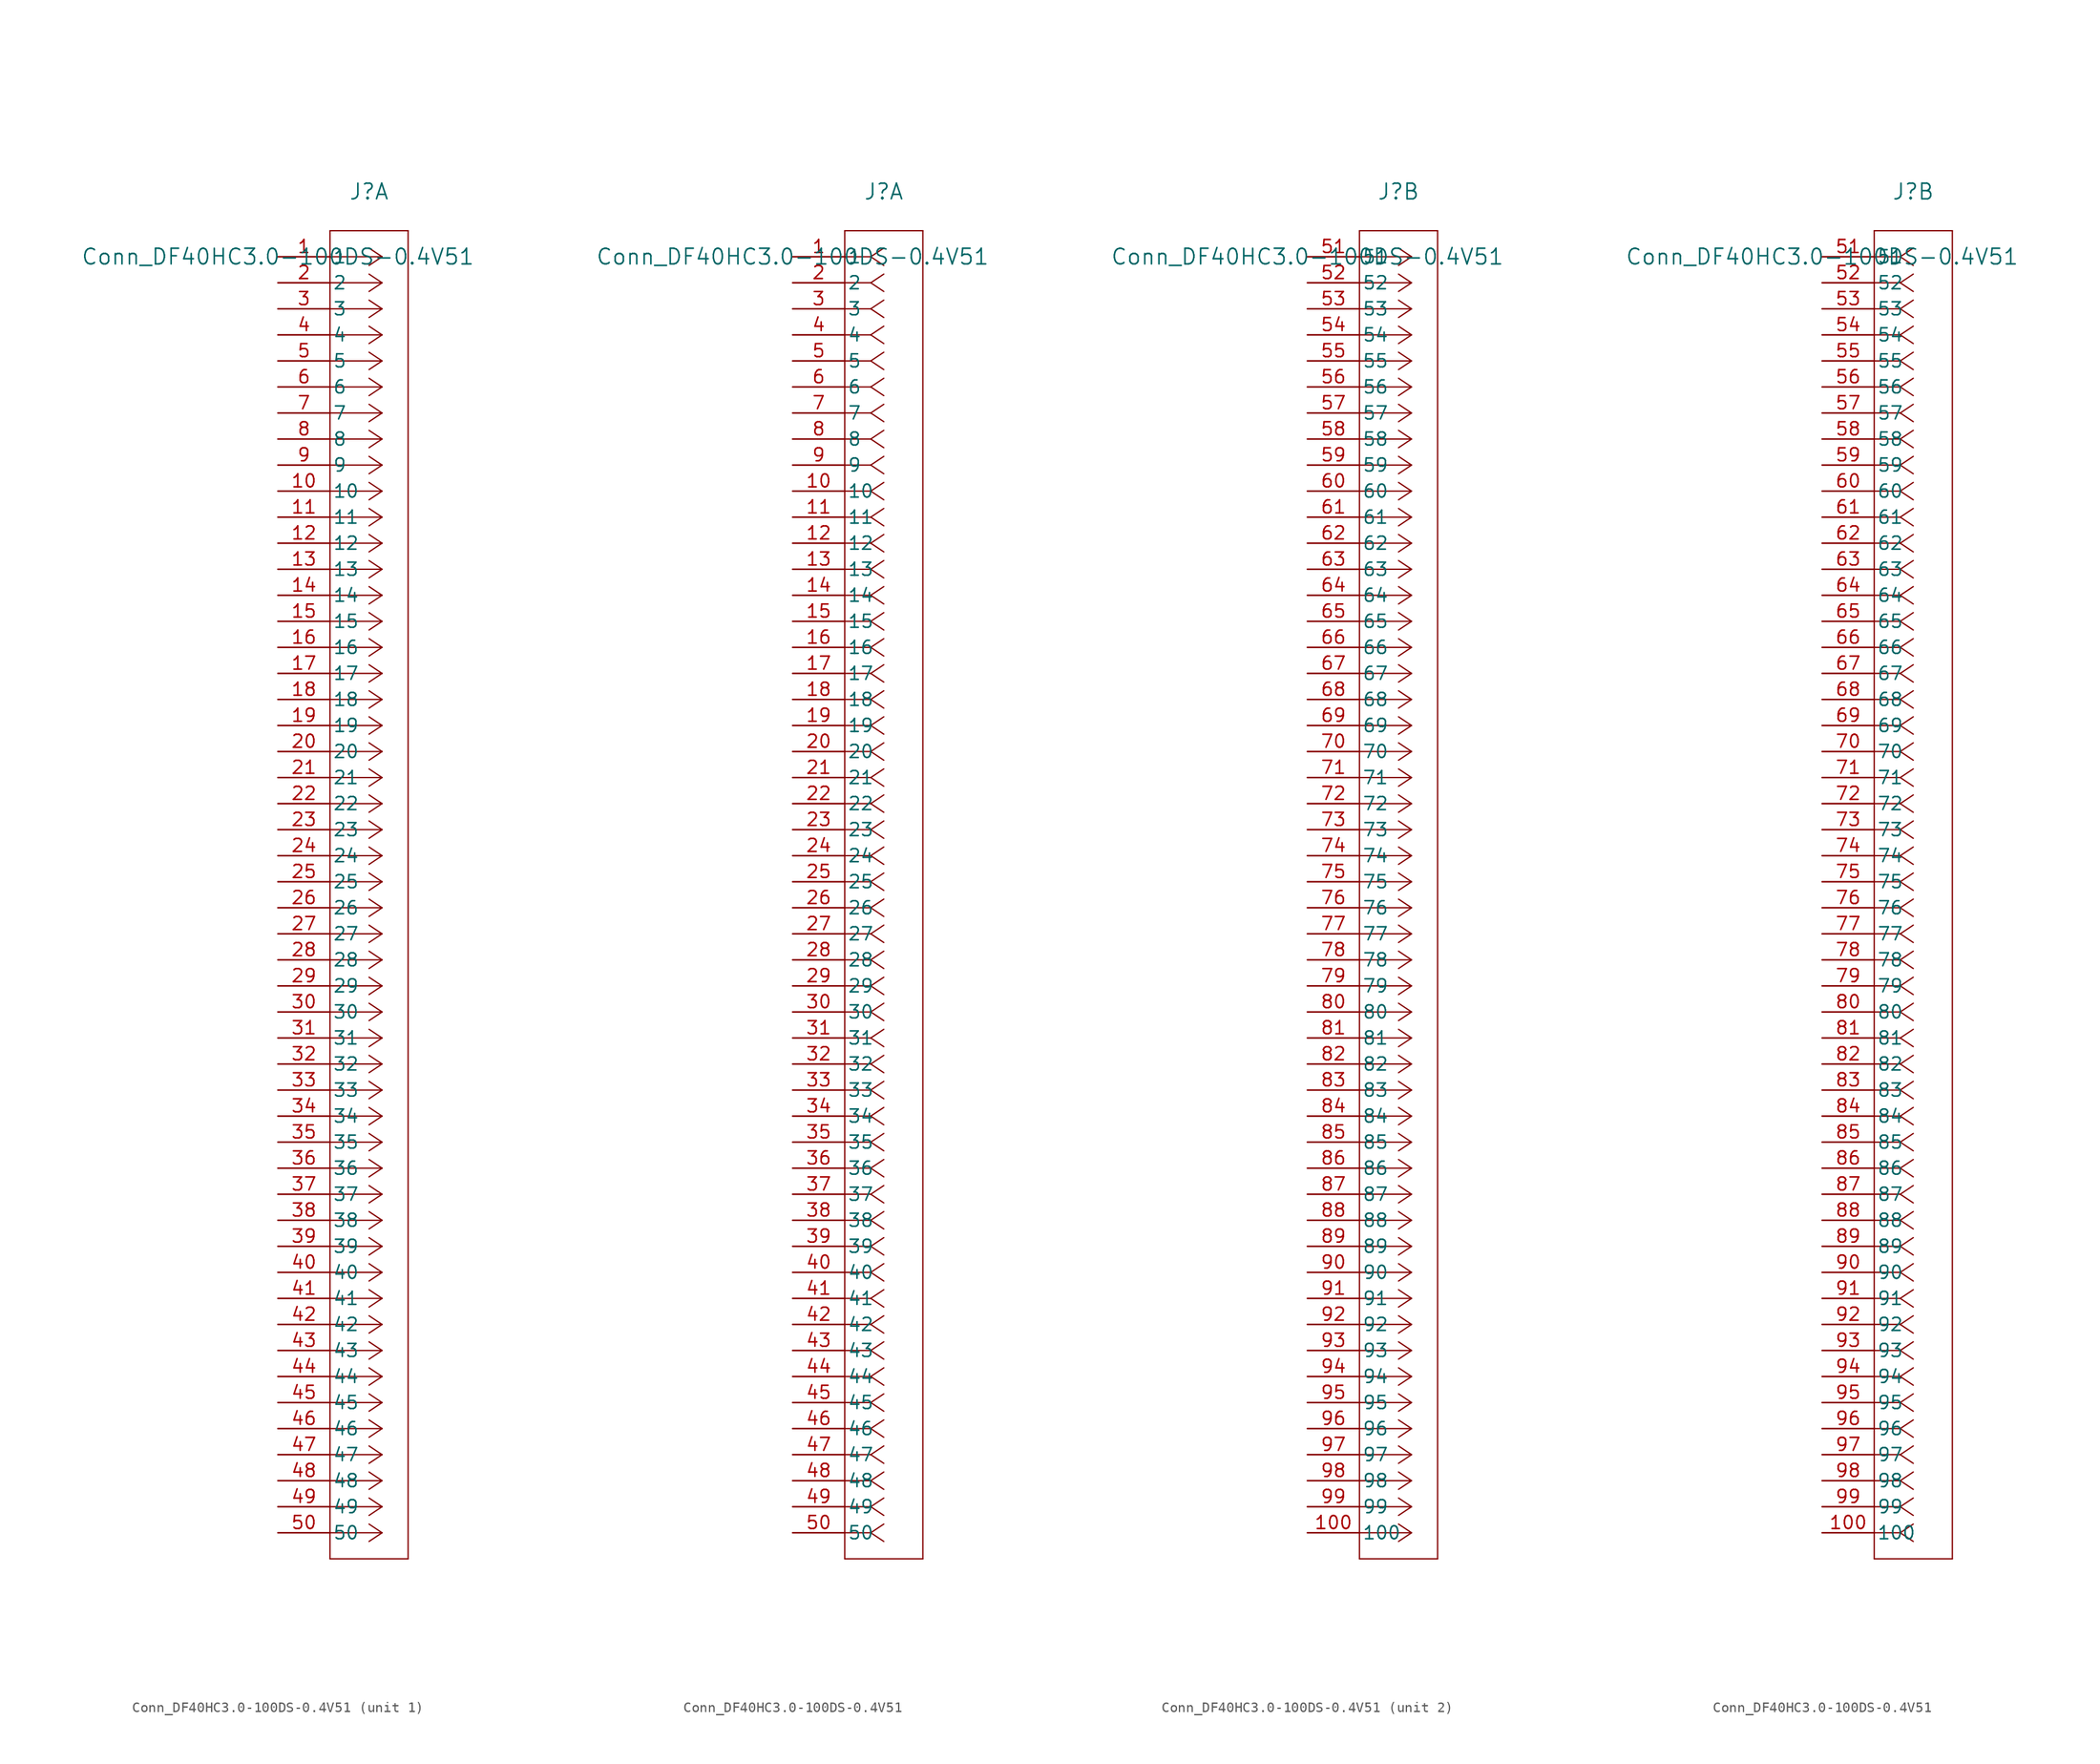
<source format=kicad_sym>
(kicad_symbol_lib
  (version 20241209)
  (generator "kicad_symbol_editor")
  (generator_version "9.0")
  (symbol "Conn_DF40HC3.0-100DS-0.4V51"
    (pin_names
      (offset 0.254))
    (property "Reference" "J"
      (at 8.89 6.35 0)
      (effects (font (size 1.524 1.524))))
    (property "Value" "Conn_DF40HC3.0-100DS-0.4V51"
      (at 0 0 0)
      (effects (font (size 1.524 1.524))))
    (property "ki_locked" ""
      (at 0 0 0)
      (effects (font (size 1.27 1.27))))
    (symbol "Conn_DF40HC3.0-100DS-0.4V51_1_1"
      (polyline (pts (xy 5.08 2.54) (xy 5.08 -127)) (stroke (width 0.127) (type default)) (fill (type none)))
      (polyline (pts (xy 5.08 -127) (xy 12.7 -127)) (stroke (width 0.127) (type default)) (fill (type none)))
      (polyline (pts (xy 10.16 0) (xy 5.08 0)) (stroke (width 0.127) (type default)) (fill (type none)))
      (polyline (pts (xy 10.16 0) (xy 8.89 0.847)) (stroke (width 0.127) (type default)) (fill (type none)))
      (polyline (pts (xy 10.16 0) (xy 8.89 -0.847)) (stroke (width 0.127) (type default)) (fill (type none)))
      (polyline (pts (xy 10.16 -2.54) (xy 5.08 -2.54)) (stroke (width 0.127) (type default)) (fill (type none)))
      (polyline (pts (xy 10.16 -2.54) (xy 8.89 -1.693)) (stroke (width 0.127) (type default)) (fill (type none)))
      (polyline (pts (xy 10.16 -2.54) (xy 8.89 -3.387)) (stroke (width 0.127) (type default)) (fill (type none)))
      (polyline (pts (xy 10.16 -5.08) (xy 5.08 -5.08)) (stroke (width 0.127) (type default)) (fill (type none)))
      (polyline (pts (xy 10.16 -5.08) (xy 8.89 -4.233)) (stroke (width 0.127) (type default)) (fill (type none)))
      (polyline (pts (xy 10.16 -5.08) (xy 8.89 -5.927)) (stroke (width 0.127) (type default)) (fill (type none)))
      (polyline (pts (xy 10.16 -7.62) (xy 5.08 -7.62)) (stroke (width 0.127) (type default)) (fill (type none)))
      (polyline (pts (xy 10.16 -7.62) (xy 8.89 -6.773)) (stroke (width 0.127) (type default)) (fill (type none)))
      (polyline (pts (xy 10.16 -7.62) (xy 8.89 -8.467)) (stroke (width 0.127) (type default)) (fill (type none)))
      (polyline (pts (xy 10.16 -10.16) (xy 5.08 -10.16)) (stroke (width 0.127) (type default)) (fill (type none)))
      (polyline (pts (xy 10.16 -10.16) (xy 8.89 -9.313)) (stroke (width 0.127) (type default)) (fill (type none)))
      (polyline (pts (xy 10.16 -10.16) (xy 8.89 -11.007)) (stroke (width 0.127) (type default)) (fill (type none)))
      (polyline (pts (xy 10.16 -12.7) (xy 5.08 -12.7)) (stroke (width 0.127) (type default)) (fill (type none)))
      (polyline (pts (xy 10.16 -12.7) (xy 8.89 -11.853)) (stroke (width 0.127) (type default)) (fill (type none)))
      (polyline (pts (xy 10.16 -12.7) (xy 8.89 -13.547)) (stroke (width 0.127) (type default)) (fill (type none)))
      (polyline (pts (xy 10.16 -15.24) (xy 5.08 -15.24)) (stroke (width 0.127) (type default)) (fill (type none)))
      (polyline (pts (xy 10.16 -15.24) (xy 8.89 -14.393)) (stroke (width 0.127) (type default)) (fill (type none)))
      (polyline (pts (xy 10.16 -15.24) (xy 8.89 -16.087)) (stroke (width 0.127) (type default)) (fill (type none)))
      (polyline (pts (xy 10.16 -17.78) (xy 5.08 -17.78)) (stroke (width 0.127) (type default)) (fill (type none)))
      (polyline (pts (xy 10.16 -17.78) (xy 8.89 -16.933)) (stroke (width 0.127) (type default)) (fill (type none)))
      (polyline (pts (xy 10.16 -17.78) (xy 8.89 -18.627)) (stroke (width 0.127) (type default)) (fill (type none)))
      (polyline (pts (xy 10.16 -20.32) (xy 5.08 -20.32)) (stroke (width 0.127) (type default)) (fill (type none)))
      (polyline (pts (xy 10.16 -20.32) (xy 8.89 -19.473)) (stroke (width 0.127) (type default)) (fill (type none)))
      (polyline (pts (xy 10.16 -20.32) (xy 8.89 -21.167)) (stroke (width 0.127) (type default)) (fill (type none)))
      (polyline (pts (xy 10.16 -22.86) (xy 5.08 -22.86)) (stroke (width 0.127) (type default)) (fill (type none)))
      (polyline (pts (xy 10.16 -22.86) (xy 8.89 -22.013)) (stroke (width 0.127) (type default)) (fill (type none)))
      (polyline (pts (xy 10.16 -22.86) (xy 8.89 -23.707)) (stroke (width 0.127) (type default)) (fill (type none)))
      (polyline (pts (xy 10.16 -25.4) (xy 5.08 -25.4)) (stroke (width 0.127) (type default)) (fill (type none)))
      (polyline (pts (xy 10.16 -25.4) (xy 8.89 -24.553)) (stroke (width 0.127) (type default)) (fill (type none)))
      (polyline (pts (xy 10.16 -25.4) (xy 8.89 -26.247)) (stroke (width 0.127) (type default)) (fill (type none)))
      (polyline (pts (xy 10.16 -27.94) (xy 5.08 -27.94)) (stroke (width 0.127) (type default)) (fill (type none)))
      (polyline (pts (xy 10.16 -27.94) (xy 8.89 -27.093)) (stroke (width 0.127) (type default)) (fill (type none)))
      (polyline (pts (xy 10.16 -27.94) (xy 8.89 -28.787)) (stroke (width 0.127) (type default)) (fill (type none)))
      (polyline (pts (xy 10.16 -30.48) (xy 5.08 -30.48)) (stroke (width 0.127) (type default)) (fill (type none)))
      (polyline (pts (xy 10.16 -30.48) (xy 8.89 -29.633)) (stroke (width 0.127) (type default)) (fill (type none)))
      (polyline (pts (xy 10.16 -30.48) (xy 8.89 -31.327)) (stroke (width 0.127) (type default)) (fill (type none)))
      (polyline (pts (xy 10.16 -33.02) (xy 5.08 -33.02)) (stroke (width 0.127) (type default)) (fill (type none)))
      (polyline (pts (xy 10.16 -33.02) (xy 8.89 -32.173)) (stroke (width 0.127) (type default)) (fill (type none)))
      (polyline (pts (xy 10.16 -33.02) (xy 8.89 -33.867)) (stroke (width 0.127) (type default)) (fill (type none)))
      (polyline (pts (xy 10.16 -35.56) (xy 5.08 -35.56)) (stroke (width 0.127) (type default)) (fill (type none)))
      (polyline (pts (xy 10.16 -35.56) (xy 8.89 -34.713)) (stroke (width 0.127) (type default)) (fill (type none)))
      (polyline (pts (xy 10.16 -35.56) (xy 8.89 -36.407)) (stroke (width 0.127) (type default)) (fill (type none)))
      (polyline (pts (xy 10.16 -38.1) (xy 5.08 -38.1)) (stroke (width 0.127) (type default)) (fill (type none)))
      (polyline (pts (xy 10.16 -38.1) (xy 8.89 -37.253)) (stroke (width 0.127) (type default)) (fill (type none)))
      (polyline (pts (xy 10.16 -38.1) (xy 8.89 -38.947)) (stroke (width 0.127) (type default)) (fill (type none)))
      (polyline (pts (xy 10.16 -40.64) (xy 5.08 -40.64)) (stroke (width 0.127) (type default)) (fill (type none)))
      (polyline (pts (xy 10.16 -40.64) (xy 8.89 -39.793)) (stroke (width 0.127) (type default)) (fill (type none)))
      (polyline (pts (xy 10.16 -40.64) (xy 8.89 -41.487)) (stroke (width 0.127) (type default)) (fill (type none)))
      (polyline (pts (xy 10.16 -43.18) (xy 5.08 -43.18)) (stroke (width 0.127) (type default)) (fill (type none)))
      (polyline (pts (xy 10.16 -43.18) (xy 8.89 -42.333)) (stroke (width 0.127) (type default)) (fill (type none)))
      (polyline (pts (xy 10.16 -43.18) (xy 8.89 -44.027)) (stroke (width 0.127) (type default)) (fill (type none)))
      (polyline (pts (xy 10.16 -45.72) (xy 5.08 -45.72)) (stroke (width 0.127) (type default)) (fill (type none)))
      (polyline (pts (xy 10.16 -45.72) (xy 8.89 -44.873)) (stroke (width 0.127) (type default)) (fill (type none)))
      (polyline (pts (xy 10.16 -45.72) (xy 8.89 -46.567)) (stroke (width 0.127) (type default)) (fill (type none)))
      (polyline (pts (xy 10.16 -48.26) (xy 5.08 -48.26)) (stroke (width 0.127) (type default)) (fill (type none)))
      (polyline (pts (xy 10.16 -48.26) (xy 8.89 -47.413)) (stroke (width 0.127) (type default)) (fill (type none)))
      (polyline (pts (xy 10.16 -48.26) (xy 8.89 -49.107)) (stroke (width 0.127) (type default)) (fill (type none)))
      (polyline (pts (xy 10.16 -50.8) (xy 5.08 -50.8)) (stroke (width 0.127) (type default)) (fill (type none)))
      (polyline (pts (xy 10.16 -50.8) (xy 8.89 -49.953)) (stroke (width 0.127) (type default)) (fill (type none)))
      (polyline (pts (xy 10.16 -50.8) (xy 8.89 -51.647)) (stroke (width 0.127) (type default)) (fill (type none)))
      (polyline (pts (xy 10.16 -53.34) (xy 5.08 -53.34)) (stroke (width 0.127) (type default)) (fill (type none)))
      (polyline (pts (xy 10.16 -53.34) (xy 8.89 -52.493)) (stroke (width 0.127) (type default)) (fill (type none)))
      (polyline (pts (xy 10.16 -53.34) (xy 8.89 -54.187)) (stroke (width 0.127) (type default)) (fill (type none)))
      (polyline (pts (xy 10.16 -55.88) (xy 5.08 -55.88)) (stroke (width 0.127) (type default)) (fill (type none)))
      (polyline (pts (xy 10.16 -55.88) (xy 8.89 -55.033)) (stroke (width 0.127) (type default)) (fill (type none)))
      (polyline (pts (xy 10.16 -55.88) (xy 8.89 -56.727)) (stroke (width 0.127) (type default)) (fill (type none)))
      (polyline (pts (xy 10.16 -58.42) (xy 5.08 -58.42)) (stroke (width 0.127) (type default)) (fill (type none)))
      (polyline (pts (xy 10.16 -58.42) (xy 8.89 -57.573)) (stroke (width 0.127) (type default)) (fill (type none)))
      (polyline (pts (xy 10.16 -58.42) (xy 8.89 -59.267)) (stroke (width 0.127) (type default)) (fill (type none)))
      (polyline (pts (xy 10.16 -60.96) (xy 5.08 -60.96)) (stroke (width 0.127) (type default)) (fill (type none)))
      (polyline (pts (xy 10.16 -60.96) (xy 8.89 -60.113)) (stroke (width 0.127) (type default)) (fill (type none)))
      (polyline (pts (xy 10.16 -60.96) (xy 8.89 -61.807)) (stroke (width 0.127) (type default)) (fill (type none)))
      (polyline (pts (xy 10.16 -63.5) (xy 5.08 -63.5)) (stroke (width 0.127) (type default)) (fill (type none)))
      (polyline (pts (xy 10.16 -63.5) (xy 8.89 -62.653)) (stroke (width 0.127) (type default)) (fill (type none)))
      (polyline (pts (xy 10.16 -63.5) (xy 8.89 -64.347)) (stroke (width 0.127) (type default)) (fill (type none)))
      (polyline (pts (xy 10.16 -66.04) (xy 5.08 -66.04)) (stroke (width 0.127) (type default)) (fill (type none)))
      (polyline (pts (xy 10.16 -66.04) (xy 8.89 -65.193)) (stroke (width 0.127) (type default)) (fill (type none)))
      (polyline (pts (xy 10.16 -66.04) (xy 8.89 -66.887)) (stroke (width 0.127) (type default)) (fill (type none)))
      (polyline (pts (xy 10.16 -68.58) (xy 5.08 -68.58)) (stroke (width 0.127) (type default)) (fill (type none)))
      (polyline (pts (xy 10.16 -68.58) (xy 8.89 -67.733)) (stroke (width 0.127) (type default)) (fill (type none)))
      (polyline (pts (xy 10.16 -68.58) (xy 8.89 -69.427)) (stroke (width 0.127) (type default)) (fill (type none)))
      (polyline (pts (xy 10.16 -71.12) (xy 5.08 -71.12)) (stroke (width 0.127) (type default)) (fill (type none)))
      (polyline (pts (xy 10.16 -71.12) (xy 8.89 -70.273)) (stroke (width 0.127) (type default)) (fill (type none)))
      (polyline (pts (xy 10.16 -71.12) (xy 8.89 -71.967)) (stroke (width 0.127) (type default)) (fill (type none)))
      (polyline (pts (xy 10.16 -73.66) (xy 5.08 -73.66)) (stroke (width 0.127) (type default)) (fill (type none)))
      (polyline (pts (xy 10.16 -73.66) (xy 8.89 -72.813)) (stroke (width 0.127) (type default)) (fill (type none)))
      (polyline (pts (xy 10.16 -73.66) (xy 8.89 -74.507)) (stroke (width 0.127) (type default)) (fill (type none)))
      (polyline (pts (xy 10.16 -76.2) (xy 5.08 -76.2)) (stroke (width 0.127) (type default)) (fill (type none)))
      (polyline (pts (xy 10.16 -76.2) (xy 8.89 -75.353)) (stroke (width 0.127) (type default)) (fill (type none)))
      (polyline (pts (xy 10.16 -76.2) (xy 8.89 -77.047)) (stroke (width 0.127) (type default)) (fill (type none)))
      (polyline (pts (xy 10.16 -78.74) (xy 5.08 -78.74)) (stroke (width 0.127) (type default)) (fill (type none)))
      (polyline (pts (xy 10.16 -78.74) (xy 8.89 -77.893)) (stroke (width 0.127) (type default)) (fill (type none)))
      (polyline (pts (xy 10.16 -78.74) (xy 8.89 -79.587)) (stroke (width 0.127) (type default)) (fill (type none)))
      (polyline (pts (xy 10.16 -81.28) (xy 5.08 -81.28)) (stroke (width 0.127) (type default)) (fill (type none)))
      (polyline (pts (xy 10.16 -81.28) (xy 8.89 -80.433)) (stroke (width 0.127) (type default)) (fill (type none)))
      (polyline (pts (xy 10.16 -81.28) (xy 8.89 -82.127)) (stroke (width 0.127) (type default)) (fill (type none)))
      (polyline (pts (xy 10.16 -83.82) (xy 5.08 -83.82)) (stroke (width 0.127) (type default)) (fill (type none)))
      (polyline (pts (xy 10.16 -83.82) (xy 8.89 -82.973)) (stroke (width 0.127) (type default)) (fill (type none)))
      (polyline (pts (xy 10.16 -83.82) (xy 8.89 -84.667)) (stroke (width 0.127) (type default)) (fill (type none)))
      (polyline (pts (xy 10.16 -86.36) (xy 5.08 -86.36)) (stroke (width 0.127) (type default)) (fill (type none)))
      (polyline (pts (xy 10.16 -86.36) (xy 8.89 -85.513)) (stroke (width 0.127) (type default)) (fill (type none)))
      (polyline (pts (xy 10.16 -86.36) (xy 8.89 -87.207)) (stroke (width 0.127) (type default)) (fill (type none)))
      (polyline (pts (xy 10.16 -88.9) (xy 5.08 -88.9)) (stroke (width 0.127) (type default)) (fill (type none)))
      (polyline (pts (xy 10.16 -88.9) (xy 8.89 -88.053)) (stroke (width 0.127) (type default)) (fill (type none)))
      (polyline (pts (xy 10.16 -88.9) (xy 8.89 -89.747)) (stroke (width 0.127) (type default)) (fill (type none)))
      (polyline (pts (xy 10.16 -91.44) (xy 5.08 -91.44)) (stroke (width 0.127) (type default)) (fill (type none)))
      (polyline (pts (xy 10.16 -91.44) (xy 8.89 -90.593)) (stroke (width 0.127) (type default)) (fill (type none)))
      (polyline (pts (xy 10.16 -91.44) (xy 8.89 -92.287)) (stroke (width 0.127) (type default)) (fill (type none)))
      (polyline (pts (xy 10.16 -93.98) (xy 5.08 -93.98)) (stroke (width 0.127) (type default)) (fill (type none)))
      (polyline (pts (xy 10.16 -93.98) (xy 8.89 -93.133)) (stroke (width 0.127) (type default)) (fill (type none)))
      (polyline (pts (xy 10.16 -93.98) (xy 8.89 -94.827)) (stroke (width 0.127) (type default)) (fill (type none)))
      (polyline (pts (xy 10.16 -96.52) (xy 5.08 -96.52)) (stroke (width 0.127) (type default)) (fill (type none)))
      (polyline (pts (xy 10.16 -96.52) (xy 8.89 -95.673)) (stroke (width 0.127) (type default)) (fill (type none)))
      (polyline (pts (xy 10.16 -96.52) (xy 8.89 -97.367)) (stroke (width 0.127) (type default)) (fill (type none)))
      (polyline (pts (xy 10.16 -99.06) (xy 5.08 -99.06)) (stroke (width 0.127) (type default)) (fill (type none)))
      (polyline (pts (xy 10.16 -99.06) (xy 8.89 -98.213)) (stroke (width 0.127) (type default)) (fill (type none)))
      (polyline (pts (xy 10.16 -99.06) (xy 8.89 -99.907)) (stroke (width 0.127) (type default)) (fill (type none)))
      (polyline (pts (xy 10.16 -101.6) (xy 5.08 -101.6)) (stroke (width 0.127) (type default)) (fill (type none)))
      (polyline (pts (xy 10.16 -101.6) (xy 8.89 -100.753)) (stroke (width 0.127) (type default)) (fill (type none)))
      (polyline (pts (xy 10.16 -101.6) (xy 8.89 -102.447)) (stroke (width 0.127) (type default)) (fill (type none)))
      (polyline (pts (xy 10.16 -104.14) (xy 5.08 -104.14)) (stroke (width 0.127) (type default)) (fill (type none)))
      (polyline (pts (xy 10.16 -104.14) (xy 8.89 -103.293)) (stroke (width 0.127) (type default)) (fill (type none)))
      (polyline (pts (xy 10.16 -104.14) (xy 8.89 -104.987)) (stroke (width 0.127) (type default)) (fill (type none)))
      (polyline (pts (xy 10.16 -106.68) (xy 5.08 -106.68)) (stroke (width 0.127) (type default)) (fill (type none)))
      (polyline (pts (xy 10.16 -106.68) (xy 8.89 -105.833)) (stroke (width 0.127) (type default)) (fill (type none)))
      (polyline (pts (xy 10.16 -106.68) (xy 8.89 -107.527)) (stroke (width 0.127) (type default)) (fill (type none)))
      (polyline (pts (xy 10.16 -109.22) (xy 5.08 -109.22)) (stroke (width 0.127) (type default)) (fill (type none)))
      (polyline (pts (xy 10.16 -109.22) (xy 8.89 -108.373)) (stroke (width 0.127) (type default)) (fill (type none)))
      (polyline (pts (xy 10.16 -109.22) (xy 8.89 -110.067)) (stroke (width 0.127) (type default)) (fill (type none)))
      (polyline (pts (xy 10.16 -111.76) (xy 5.08 -111.76)) (stroke (width 0.127) (type default)) (fill (type none)))
      (polyline (pts (xy 10.16 -111.76) (xy 8.89 -110.913)) (stroke (width 0.127) (type default)) (fill (type none)))
      (polyline (pts (xy 10.16 -111.76) (xy 8.89 -112.607)) (stroke (width 0.127) (type default)) (fill (type none)))
      (polyline (pts (xy 10.16 -114.3) (xy 5.08 -114.3)) (stroke (width 0.127) (type default)) (fill (type none)))
      (polyline (pts (xy 10.16 -114.3) (xy 8.89 -113.453)) (stroke (width 0.127) (type default)) (fill (type none)))
      (polyline (pts (xy 10.16 -114.3) (xy 8.89 -115.147)) (stroke (width 0.127) (type default)) (fill (type none)))
      (polyline (pts (xy 10.16 -116.84) (xy 5.08 -116.84)) (stroke (width 0.127) (type default)) (fill (type none)))
      (polyline (pts (xy 10.16 -116.84) (xy 8.89 -115.993)) (stroke (width 0.127) (type default)) (fill (type none)))
      (polyline (pts (xy 10.16 -116.84) (xy 8.89 -117.687)) (stroke (width 0.127) (type default)) (fill (type none)))
      (polyline (pts (xy 10.16 -119.38) (xy 5.08 -119.38)) (stroke (width 0.127) (type default)) (fill (type none)))
      (polyline (pts (xy 10.16 -119.38) (xy 8.89 -118.533)) (stroke (width 0.127) (type default)) (fill (type none)))
      (polyline (pts (xy 10.16 -119.38) (xy 8.89 -120.227)) (stroke (width 0.127) (type default)) (fill (type none)))
      (polyline (pts (xy 10.16 -121.92) (xy 5.08 -121.92)) (stroke (width 0.127) (type default)) (fill (type none)))
      (polyline (pts (xy 10.16 -121.92) (xy 8.89 -121.073)) (stroke (width 0.127) (type default)) (fill (type none)))
      (polyline (pts (xy 10.16 -121.92) (xy 8.89 -122.767)) (stroke (width 0.127) (type default)) (fill (type none)))
      (polyline (pts (xy 10.16 -124.46) (xy 5.08 -124.46)) (stroke (width 0.127) (type default)) (fill (type none)))
      (polyline (pts (xy 10.16 -124.46) (xy 8.89 -123.613)) (stroke (width 0.127) (type default)) (fill (type none)))
      (polyline (pts (xy 10.16 -124.46) (xy 8.89 -125.307)) (stroke (width 0.127) (type default)) (fill (type none)))
      (polyline (pts (xy 12.7 2.54) (xy 5.08 2.54)) (stroke (width 0.127) (type default)) (fill (type none)))
      (polyline (pts (xy 12.7 -127) (xy 12.7 2.54)) (stroke (width 0.127) (type default)) (fill (type none)))
      (pin passive line (at 0 0 0) (length 5.08) (name "1" (effects (font (size 1.27 1.27)))) (number "1" (effects (font (size 1.27 1.27)))))
      (pin passive line (at 0 -2.54 0) (length 5.08) (name "2" (effects (font (size 1.27 1.27)))) (number "2" (effects (font (size 1.27 1.27)))))
      (pin passive line (at 0 -5.08 0) (length 5.08) (name "3" (effects (font (size 1.27 1.27)))) (number "3" (effects (font (size 1.27 1.27)))))
      (pin passive line (at 0 -7.62 0) (length 5.08) (name "4" (effects (font (size 1.27 1.27)))) (number "4" (effects (font (size 1.27 1.27)))))
      (pin passive line (at 0 -10.16 0) (length 5.08) (name "5" (effects (font (size 1.27 1.27)))) (number "5" (effects (font (size 1.27 1.27)))))
      (pin passive line (at 0 -12.7 0) (length 5.08) (name "6" (effects (font (size 1.27 1.27)))) (number "6" (effects (font (size 1.27 1.27)))))
      (pin passive line (at 0 -15.24 0) (length 5.08) (name "7" (effects (font (size 1.27 1.27)))) (number "7" (effects (font (size 1.27 1.27)))))
      (pin passive line (at 0 -17.78 0) (length 5.08) (name "8" (effects (font (size 1.27 1.27)))) (number "8" (effects (font (size 1.27 1.27)))))
      (pin passive line (at 0 -20.32 0) (length 5.08) (name "9" (effects (font (size 1.27 1.27)))) (number "9" (effects (font (size 1.27 1.27)))))
      (pin passive line (at 0 -22.86 0) (length 5.08) (name "10" (effects (font (size 1.27 1.27)))) (number "10" (effects (font (size 1.27 1.27)))))
      (pin passive line (at 0 -25.4 0) (length 5.08) (name "11" (effects (font (size 1.27 1.27)))) (number "11" (effects (font (size 1.27 1.27)))))
      (pin passive line (at 0 -27.94 0) (length 5.08) (name "12" (effects (font (size 1.27 1.27)))) (number "12" (effects (font (size 1.27 1.27)))))
      (pin passive line (at 0 -30.48 0) (length 5.08) (name "13" (effects (font (size 1.27 1.27)))) (number "13" (effects (font (size 1.27 1.27)))))
      (pin passive line (at 0 -33.02 0) (length 5.08) (name "14" (effects (font (size 1.27 1.27)))) (number "14" (effects (font (size 1.27 1.27)))))
      (pin passive line (at 0 -35.56 0) (length 5.08) (name "15" (effects (font (size 1.27 1.27)))) (number "15" (effects (font (size 1.27 1.27)))))
      (pin passive line (at 0 -38.1 0) (length 5.08) (name "16" (effects (font (size 1.27 1.27)))) (number "16" (effects (font (size 1.27 1.27)))))
      (pin passive line (at 0 -40.64 0) (length 5.08) (name "17" (effects (font (size 1.27 1.27)))) (number "17" (effects (font (size 1.27 1.27)))))
      (pin passive line (at 0 -43.18 0) (length 5.08) (name "18" (effects (font (size 1.27 1.27)))) (number "18" (effects (font (size 1.27 1.27)))))
      (pin passive line (at 0 -45.72 0) (length 5.08) (name "19" (effects (font (size 1.27 1.27)))) (number "19" (effects (font (size 1.27 1.27)))))
      (pin passive line (at 0 -48.26 0) (length 5.08) (name "20" (effects (font (size 1.27 1.27)))) (number "20" (effects (font (size 1.27 1.27)))))
      (pin passive line (at 0 -50.8 0) (length 5.08) (name "21" (effects (font (size 1.27 1.27)))) (number "21" (effects (font (size 1.27 1.27)))))
      (pin passive line (at 0 -53.34 0) (length 5.08) (name "22" (effects (font (size 1.27 1.27)))) (number "22" (effects (font (size 1.27 1.27)))))
      (pin passive line (at 0 -55.88 0) (length 5.08) (name "23" (effects (font (size 1.27 1.27)))) (number "23" (effects (font (size 1.27 1.27)))))
      (pin passive line (at 0 -58.42 0) (length 5.08) (name "24" (effects (font (size 1.27 1.27)))) (number "24" (effects (font (size 1.27 1.27)))))
      (pin passive line (at 0 -60.96 0) (length 5.08) (name "25" (effects (font (size 1.27 1.27)))) (number "25" (effects (font (size 1.27 1.27)))))
      (pin passive line (at 0 -63.5 0) (length 5.08) (name "26" (effects (font (size 1.27 1.27)))) (number "26" (effects (font (size 1.27 1.27)))))
      (pin passive line (at 0 -66.04 0) (length 5.08) (name "27" (effects (font (size 1.27 1.27)))) (number "27" (effects (font (size 1.27 1.27)))))
      (pin passive line (at 0 -68.58 0) (length 5.08) (name "28" (effects (font (size 1.27 1.27)))) (number "28" (effects (font (size 1.27 1.27)))))
      (pin passive line (at 0 -71.12 0) (length 5.08) (name "29" (effects (font (size 1.27 1.27)))) (number "29" (effects (font (size 1.27 1.27)))))
      (pin passive line (at 0 -73.66 0) (length 5.08) (name "30" (effects (font (size 1.27 1.27)))) (number "30" (effects (font (size 1.27 1.27)))))
      (pin passive line (at 0 -76.2 0) (length 5.08) (name "31" (effects (font (size 1.27 1.27)))) (number "31" (effects (font (size 1.27 1.27)))))
      (pin passive line (at 0 -78.74 0) (length 5.08) (name "32" (effects (font (size 1.27 1.27)))) (number "32" (effects (font (size 1.27 1.27)))))
      (pin passive line (at 0 -81.28 0) (length 5.08) (name "33" (effects (font (size 1.27 1.27)))) (number "33" (effects (font (size 1.27 1.27)))))
      (pin passive line (at 0 -83.82 0) (length 5.08) (name "34" (effects (font (size 1.27 1.27)))) (number "34" (effects (font (size 1.27 1.27)))))
      (pin passive line (at 0 -86.36 0) (length 5.08) (name "35" (effects (font (size 1.27 1.27)))) (number "35" (effects (font (size 1.27 1.27)))))
      (pin passive line (at 0 -88.9 0) (length 5.08) (name "36" (effects (font (size 1.27 1.27)))) (number "36" (effects (font (size 1.27 1.27)))))
      (pin passive line (at 0 -91.44 0) (length 5.08) (name "37" (effects (font (size 1.27 1.27)))) (number "37" (effects (font (size 1.27 1.27)))))
      (pin passive line (at 0 -93.98 0) (length 5.08) (name "38" (effects (font (size 1.27 1.27)))) (number "38" (effects (font (size 1.27 1.27)))))
      (pin passive line (at 0 -96.52 0) (length 5.08) (name "39" (effects (font (size 1.27 1.27)))) (number "39" (effects (font (size 1.27 1.27)))))
      (pin passive line (at 0 -99.06 0) (length 5.08) (name "40" (effects (font (size 1.27 1.27)))) (number "40" (effects (font (size 1.27 1.27)))))
      (pin passive line (at 0 -101.6 0) (length 5.08) (name "41" (effects (font (size 1.27 1.27)))) (number "41" (effects (font (size 1.27 1.27)))))
      (pin passive line (at 0 -104.14 0) (length 5.08) (name "42" (effects (font (size 1.27 1.27)))) (number "42" (effects (font (size 1.27 1.27)))))
      (pin passive line (at 0 -106.68 0) (length 5.08) (name "43" (effects (font (size 1.27 1.27)))) (number "43" (effects (font (size 1.27 1.27)))))
      (pin passive line (at 0 -109.22 0) (length 5.08) (name "44" (effects (font (size 1.27 1.27)))) (number "44" (effects (font (size 1.27 1.27)))))
      (pin passive line (at 0 -111.76 0) (length 5.08) (name "45" (effects (font (size 1.27 1.27)))) (number "45" (effects (font (size 1.27 1.27)))))
      (pin passive line (at 0 -114.3 0) (length 5.08) (name "46" (effects (font (size 1.27 1.27)))) (number "46" (effects (font (size 1.27 1.27)))))
      (pin passive line (at 0 -116.84 0) (length 5.08) (name "47" (effects (font (size 1.27 1.27)))) (number "47" (effects (font (size 1.27 1.27)))))
      (pin passive line (at 0 -119.38 0) (length 5.08) (name "48" (effects (font (size 1.27 1.27)))) (number "48" (effects (font (size 1.27 1.27)))))
      (pin passive line (at 0 -121.92 0) (length 5.08) (name "49" (effects (font (size 1.27 1.27)))) (number "49" (effects (font (size 1.27 1.27)))))
      (pin passive line (at 0 -124.46 0) (length 5.08) (name "50" (effects (font (size 1.27 1.27)))) (number "50" (effects (font (size 1.27 1.27))))))
    (symbol "Conn_DF40HC3.0-100DS-0.4V51_1_2"
      (polyline (pts (xy 5.08 2.54) (xy 5.08 -127)) (stroke (width 0.127) (type default)) (fill (type none)))
      (polyline (pts (xy 5.08 -127) (xy 12.7 -127)) (stroke (width 0.127) (type default)) (fill (type none)))
      (polyline (pts (xy 7.62 0) (xy 5.08 0)) (stroke (width 0.127) (type default)) (fill (type none)))
      (polyline (pts (xy 7.62 0) (xy 8.89 0.847)) (stroke (width 0.127) (type default)) (fill (type none)))
      (polyline (pts (xy 7.62 0) (xy 8.89 -0.847)) (stroke (width 0.127) (type default)) (fill (type none)))
      (polyline (pts (xy 7.62 -2.54) (xy 5.08 -2.54)) (stroke (width 0.127) (type default)) (fill (type none)))
      (polyline (pts (xy 7.62 -2.54) (xy 8.89 -1.693)) (stroke (width 0.127) (type default)) (fill (type none)))
      (polyline (pts (xy 7.62 -2.54) (xy 8.89 -3.387)) (stroke (width 0.127) (type default)) (fill (type none)))
      (polyline (pts (xy 7.62 -5.08) (xy 5.08 -5.08)) (stroke (width 0.127) (type default)) (fill (type none)))
      (polyline (pts (xy 7.62 -5.08) (xy 8.89 -4.233)) (stroke (width 0.127) (type default)) (fill (type none)))
      (polyline (pts (xy 7.62 -5.08) (xy 8.89 -5.927)) (stroke (width 0.127) (type default)) (fill (type none)))
      (polyline (pts (xy 7.62 -7.62) (xy 5.08 -7.62)) (stroke (width 0.127) (type default)) (fill (type none)))
      (polyline (pts (xy 7.62 -7.62) (xy 8.89 -6.773)) (stroke (width 0.127) (type default)) (fill (type none)))
      (polyline (pts (xy 7.62 -7.62) (xy 8.89 -8.467)) (stroke (width 0.127) (type default)) (fill (type none)))
      (polyline (pts (xy 7.62 -10.16) (xy 5.08 -10.16)) (stroke (width 0.127) (type default)) (fill (type none)))
      (polyline (pts (xy 7.62 -10.16) (xy 8.89 -9.313)) (stroke (width 0.127) (type default)) (fill (type none)))
      (polyline (pts (xy 7.62 -10.16) (xy 8.89 -11.007)) (stroke (width 0.127) (type default)) (fill (type none)))
      (polyline (pts (xy 7.62 -12.7) (xy 5.08 -12.7)) (stroke (width 0.127) (type default)) (fill (type none)))
      (polyline (pts (xy 7.62 -12.7) (xy 8.89 -11.853)) (stroke (width 0.127) (type default)) (fill (type none)))
      (polyline (pts (xy 7.62 -12.7) (xy 8.89 -13.547)) (stroke (width 0.127) (type default)) (fill (type none)))
      (polyline (pts (xy 7.62 -15.24) (xy 5.08 -15.24)) (stroke (width 0.127) (type default)) (fill (type none)))
      (polyline (pts (xy 7.62 -15.24) (xy 8.89 -14.393)) (stroke (width 0.127) (type default)) (fill (type none)))
      (polyline (pts (xy 7.62 -15.24) (xy 8.89 -16.087)) (stroke (width 0.127) (type default)) (fill (type none)))
      (polyline (pts (xy 7.62 -17.78) (xy 5.08 -17.78)) (stroke (width 0.127) (type default)) (fill (type none)))
      (polyline (pts (xy 7.62 -17.78) (xy 8.89 -16.933)) (stroke (width 0.127) (type default)) (fill (type none)))
      (polyline (pts (xy 7.62 -17.78) (xy 8.89 -18.627)) (stroke (width 0.127) (type default)) (fill (type none)))
      (polyline (pts (xy 7.62 -20.32) (xy 5.08 -20.32)) (stroke (width 0.127) (type default)) (fill (type none)))
      (polyline (pts (xy 7.62 -20.32) (xy 8.89 -19.473)) (stroke (width 0.127) (type default)) (fill (type none)))
      (polyline (pts (xy 7.62 -20.32) (xy 8.89 -21.167)) (stroke (width 0.127) (type default)) (fill (type none)))
      (polyline (pts (xy 7.62 -22.86) (xy 5.08 -22.86)) (stroke (width 0.127) (type default)) (fill (type none)))
      (polyline (pts (xy 7.62 -22.86) (xy 8.89 -22.013)) (stroke (width 0.127) (type default)) (fill (type none)))
      (polyline (pts (xy 7.62 -22.86) (xy 8.89 -23.707)) (stroke (width 0.127) (type default)) (fill (type none)))
      (polyline (pts (xy 7.62 -25.4) (xy 5.08 -25.4)) (stroke (width 0.127) (type default)) (fill (type none)))
      (polyline (pts (xy 7.62 -25.4) (xy 8.89 -24.553)) (stroke (width 0.127) (type default)) (fill (type none)))
      (polyline (pts (xy 7.62 -25.4) (xy 8.89 -26.247)) (stroke (width 0.127) (type default)) (fill (type none)))
      (polyline (pts (xy 7.62 -27.94) (xy 5.08 -27.94)) (stroke (width 0.127) (type default)) (fill (type none)))
      (polyline (pts (xy 7.62 -27.94) (xy 8.89 -27.093)) (stroke (width 0.127) (type default)) (fill (type none)))
      (polyline (pts (xy 7.62 -27.94) (xy 8.89 -28.787)) (stroke (width 0.127) (type default)) (fill (type none)))
      (polyline (pts (xy 7.62 -30.48) (xy 5.08 -30.48)) (stroke (width 0.127) (type default)) (fill (type none)))
      (polyline (pts (xy 7.62 -30.48) (xy 8.89 -29.633)) (stroke (width 0.127) (type default)) (fill (type none)))
      (polyline (pts (xy 7.62 -30.48) (xy 8.89 -31.327)) (stroke (width 0.127) (type default)) (fill (type none)))
      (polyline (pts (xy 7.62 -33.02) (xy 5.08 -33.02)) (stroke (width 0.127) (type default)) (fill (type none)))
      (polyline (pts (xy 7.62 -33.02) (xy 8.89 -32.173)) (stroke (width 0.127) (type default)) (fill (type none)))
      (polyline (pts (xy 7.62 -33.02) (xy 8.89 -33.867)) (stroke (width 0.127) (type default)) (fill (type none)))
      (polyline (pts (xy 7.62 -35.56) (xy 5.08 -35.56)) (stroke (width 0.127) (type default)) (fill (type none)))
      (polyline (pts (xy 7.62 -35.56) (xy 8.89 -34.713)) (stroke (width 0.127) (type default)) (fill (type none)))
      (polyline (pts (xy 7.62 -35.56) (xy 8.89 -36.407)) (stroke (width 0.127) (type default)) (fill (type none)))
      (polyline (pts (xy 7.62 -38.1) (xy 5.08 -38.1)) (stroke (width 0.127) (type default)) (fill (type none)))
      (polyline (pts (xy 7.62 -38.1) (xy 8.89 -37.253)) (stroke (width 0.127) (type default)) (fill (type none)))
      (polyline (pts (xy 7.62 -38.1) (xy 8.89 -38.947)) (stroke (width 0.127) (type default)) (fill (type none)))
      (polyline (pts (xy 7.62 -40.64) (xy 5.08 -40.64)) (stroke (width 0.127) (type default)) (fill (type none)))
      (polyline (pts (xy 7.62 -40.64) (xy 8.89 -39.793)) (stroke (width 0.127) (type default)) (fill (type none)))
      (polyline (pts (xy 7.62 -40.64) (xy 8.89 -41.487)) (stroke (width 0.127) (type default)) (fill (type none)))
      (polyline (pts (xy 7.62 -43.18) (xy 5.08 -43.18)) (stroke (width 0.127) (type default)) (fill (type none)))
      (polyline (pts (xy 7.62 -43.18) (xy 8.89 -42.333)) (stroke (width 0.127) (type default)) (fill (type none)))
      (polyline (pts (xy 7.62 -43.18) (xy 8.89 -44.027)) (stroke (width 0.127) (type default)) (fill (type none)))
      (polyline (pts (xy 7.62 -45.72) (xy 5.08 -45.72)) (stroke (width 0.127) (type default)) (fill (type none)))
      (polyline (pts (xy 7.62 -45.72) (xy 8.89 -44.873)) (stroke (width 0.127) (type default)) (fill (type none)))
      (polyline (pts (xy 7.62 -45.72) (xy 8.89 -46.567)) (stroke (width 0.127) (type default)) (fill (type none)))
      (polyline (pts (xy 7.62 -48.26) (xy 5.08 -48.26)) (stroke (width 0.127) (type default)) (fill (type none)))
      (polyline (pts (xy 7.62 -48.26) (xy 8.89 -47.413)) (stroke (width 0.127) (type default)) (fill (type none)))
      (polyline (pts (xy 7.62 -48.26) (xy 8.89 -49.107)) (stroke (width 0.127) (type default)) (fill (type none)))
      (polyline (pts (xy 7.62 -50.8) (xy 5.08 -50.8)) (stroke (width 0.127) (type default)) (fill (type none)))
      (polyline (pts (xy 7.62 -50.8) (xy 8.89 -49.953)) (stroke (width 0.127) (type default)) (fill (type none)))
      (polyline (pts (xy 7.62 -50.8) (xy 8.89 -51.647)) (stroke (width 0.127) (type default)) (fill (type none)))
      (polyline (pts (xy 7.62 -53.34) (xy 5.08 -53.34)) (stroke (width 0.127) (type default)) (fill (type none)))
      (polyline (pts (xy 7.62 -53.34) (xy 8.89 -52.493)) (stroke (width 0.127) (type default)) (fill (type none)))
      (polyline (pts (xy 7.62 -53.34) (xy 8.89 -54.187)) (stroke (width 0.127) (type default)) (fill (type none)))
      (polyline (pts (xy 7.62 -55.88) (xy 5.08 -55.88)) (stroke (width 0.127) (type default)) (fill (type none)))
      (polyline (pts (xy 7.62 -55.88) (xy 8.89 -55.033)) (stroke (width 0.127) (type default)) (fill (type none)))
      (polyline (pts (xy 7.62 -55.88) (xy 8.89 -56.727)) (stroke (width 0.127) (type default)) (fill (type none)))
      (polyline (pts (xy 7.62 -58.42) (xy 5.08 -58.42)) (stroke (width 0.127) (type default)) (fill (type none)))
      (polyline (pts (xy 7.62 -58.42) (xy 8.89 -57.573)) (stroke (width 0.127) (type default)) (fill (type none)))
      (polyline (pts (xy 7.62 -58.42) (xy 8.89 -59.267)) (stroke (width 0.127) (type default)) (fill (type none)))
      (polyline (pts (xy 7.62 -60.96) (xy 5.08 -60.96)) (stroke (width 0.127) (type default)) (fill (type none)))
      (polyline (pts (xy 7.62 -60.96) (xy 8.89 -60.113)) (stroke (width 0.127) (type default)) (fill (type none)))
      (polyline (pts (xy 7.62 -60.96) (xy 8.89 -61.807)) (stroke (width 0.127) (type default)) (fill (type none)))
      (polyline (pts (xy 7.62 -63.5) (xy 5.08 -63.5)) (stroke (width 0.127) (type default)) (fill (type none)))
      (polyline (pts (xy 7.62 -63.5) (xy 8.89 -62.653)) (stroke (width 0.127) (type default)) (fill (type none)))
      (polyline (pts (xy 7.62 -63.5) (xy 8.89 -64.347)) (stroke (width 0.127) (type default)) (fill (type none)))
      (polyline (pts (xy 7.62 -66.04) (xy 5.08 -66.04)) (stroke (width 0.127) (type default)) (fill (type none)))
      (polyline (pts (xy 7.62 -66.04) (xy 8.89 -65.193)) (stroke (width 0.127) (type default)) (fill (type none)))
      (polyline (pts (xy 7.62 -66.04) (xy 8.89 -66.887)) (stroke (width 0.127) (type default)) (fill (type none)))
      (polyline (pts (xy 7.62 -68.58) (xy 5.08 -68.58)) (stroke (width 0.127) (type default)) (fill (type none)))
      (polyline (pts (xy 7.62 -68.58) (xy 8.89 -67.733)) (stroke (width 0.127) (type default)) (fill (type none)))
      (polyline (pts (xy 7.62 -68.58) (xy 8.89 -69.427)) (stroke (width 0.127) (type default)) (fill (type none)))
      (polyline (pts (xy 7.62 -71.12) (xy 5.08 -71.12)) (stroke (width 0.127) (type default)) (fill (type none)))
      (polyline (pts (xy 7.62 -71.12) (xy 8.89 -70.273)) (stroke (width 0.127) (type default)) (fill (type none)))
      (polyline (pts (xy 7.62 -71.12) (xy 8.89 -71.967)) (stroke (width 0.127) (type default)) (fill (type none)))
      (polyline (pts (xy 7.62 -73.66) (xy 5.08 -73.66)) (stroke (width 0.127) (type default)) (fill (type none)))
      (polyline (pts (xy 7.62 -73.66) (xy 8.89 -72.813)) (stroke (width 0.127) (type default)) (fill (type none)))
      (polyline (pts (xy 7.62 -73.66) (xy 8.89 -74.507)) (stroke (width 0.127) (type default)) (fill (type none)))
      (polyline (pts (xy 7.62 -76.2) (xy 5.08 -76.2)) (stroke (width 0.127) (type default)) (fill (type none)))
      (polyline (pts (xy 7.62 -76.2) (xy 8.89 -75.353)) (stroke (width 0.127) (type default)) (fill (type none)))
      (polyline (pts (xy 7.62 -76.2) (xy 8.89 -77.047)) (stroke (width 0.127) (type default)) (fill (type none)))
      (polyline (pts (xy 7.62 -78.74) (xy 5.08 -78.74)) (stroke (width 0.127) (type default)) (fill (type none)))
      (polyline (pts (xy 7.62 -78.74) (xy 8.89 -77.893)) (stroke (width 0.127) (type default)) (fill (type none)))
      (polyline (pts (xy 7.62 -78.74) (xy 8.89 -79.587)) (stroke (width 0.127) (type default)) (fill (type none)))
      (polyline (pts (xy 7.62 -81.28) (xy 5.08 -81.28)) (stroke (width 0.127) (type default)) (fill (type none)))
      (polyline (pts (xy 7.62 -81.28) (xy 8.89 -80.433)) (stroke (width 0.127) (type default)) (fill (type none)))
      (polyline (pts (xy 7.62 -81.28) (xy 8.89 -82.127)) (stroke (width 0.127) (type default)) (fill (type none)))
      (polyline (pts (xy 7.62 -83.82) (xy 5.08 -83.82)) (stroke (width 0.127) (type default)) (fill (type none)))
      (polyline (pts (xy 7.62 -83.82) (xy 8.89 -82.973)) (stroke (width 0.127) (type default)) (fill (type none)))
      (polyline (pts (xy 7.62 -83.82) (xy 8.89 -84.667)) (stroke (width 0.127) (type default)) (fill (type none)))
      (polyline (pts (xy 7.62 -86.36) (xy 5.08 -86.36)) (stroke (width 0.127) (type default)) (fill (type none)))
      (polyline (pts (xy 7.62 -86.36) (xy 8.89 -85.513)) (stroke (width 0.127) (type default)) (fill (type none)))
      (polyline (pts (xy 7.62 -86.36) (xy 8.89 -87.207)) (stroke (width 0.127) (type default)) (fill (type none)))
      (polyline (pts (xy 7.62 -88.9) (xy 5.08 -88.9)) (stroke (width 0.127) (type default)) (fill (type none)))
      (polyline (pts (xy 7.62 -88.9) (xy 8.89 -88.053)) (stroke (width 0.127) (type default)) (fill (type none)))
      (polyline (pts (xy 7.62 -88.9) (xy 8.89 -89.747)) (stroke (width 0.127) (type default)) (fill (type none)))
      (polyline (pts (xy 7.62 -91.44) (xy 5.08 -91.44)) (stroke (width 0.127) (type default)) (fill (type none)))
      (polyline (pts (xy 7.62 -91.44) (xy 8.89 -90.593)) (stroke (width 0.127) (type default)) (fill (type none)))
      (polyline (pts (xy 7.62 -91.44) (xy 8.89 -92.287)) (stroke (width 0.127) (type default)) (fill (type none)))
      (polyline (pts (xy 7.62 -93.98) (xy 5.08 -93.98)) (stroke (width 0.127) (type default)) (fill (type none)))
      (polyline (pts (xy 7.62 -93.98) (xy 8.89 -93.133)) (stroke (width 0.127) (type default)) (fill (type none)))
      (polyline (pts (xy 7.62 -93.98) (xy 8.89 -94.827)) (stroke (width 0.127) (type default)) (fill (type none)))
      (polyline (pts (xy 7.62 -96.52) (xy 5.08 -96.52)) (stroke (width 0.127) (type default)) (fill (type none)))
      (polyline (pts (xy 7.62 -96.52) (xy 8.89 -95.673)) (stroke (width 0.127) (type default)) (fill (type none)))
      (polyline (pts (xy 7.62 -96.52) (xy 8.89 -97.367)) (stroke (width 0.127) (type default)) (fill (type none)))
      (polyline (pts (xy 7.62 -99.06) (xy 5.08 -99.06)) (stroke (width 0.127) (type default)) (fill (type none)))
      (polyline (pts (xy 7.62 -99.06) (xy 8.89 -98.213)) (stroke (width 0.127) (type default)) (fill (type none)))
      (polyline (pts (xy 7.62 -99.06) (xy 8.89 -99.907)) (stroke (width 0.127) (type default)) (fill (type none)))
      (polyline (pts (xy 7.62 -101.6) (xy 5.08 -101.6)) (stroke (width 0.127) (type default)) (fill (type none)))
      (polyline (pts (xy 7.62 -101.6) (xy 8.89 -100.753)) (stroke (width 0.127) (type default)) (fill (type none)))
      (polyline (pts (xy 7.62 -101.6) (xy 8.89 -102.447)) (stroke (width 0.127) (type default)) (fill (type none)))
      (polyline (pts (xy 7.62 -104.14) (xy 5.08 -104.14)) (stroke (width 0.127) (type default)) (fill (type none)))
      (polyline (pts (xy 7.62 -104.14) (xy 8.89 -103.293)) (stroke (width 0.127) (type default)) (fill (type none)))
      (polyline (pts (xy 7.62 -104.14) (xy 8.89 -104.987)) (stroke (width 0.127) (type default)) (fill (type none)))
      (polyline (pts (xy 7.62 -106.68) (xy 5.08 -106.68)) (stroke (width 0.127) (type default)) (fill (type none)))
      (polyline (pts (xy 7.62 -106.68) (xy 8.89 -105.833)) (stroke (width 0.127) (type default)) (fill (type none)))
      (polyline (pts (xy 7.62 -106.68) (xy 8.89 -107.527)) (stroke (width 0.127) (type default)) (fill (type none)))
      (polyline (pts (xy 7.62 -109.22) (xy 5.08 -109.22)) (stroke (width 0.127) (type default)) (fill (type none)))
      (polyline (pts (xy 7.62 -109.22) (xy 8.89 -108.373)) (stroke (width 0.127) (type default)) (fill (type none)))
      (polyline (pts (xy 7.62 -109.22) (xy 8.89 -110.067)) (stroke (width 0.127) (type default)) (fill (type none)))
      (polyline (pts (xy 7.62 -111.76) (xy 5.08 -111.76)) (stroke (width 0.127) (type default)) (fill (type none)))
      (polyline (pts (xy 7.62 -111.76) (xy 8.89 -110.913)) (stroke (width 0.127) (type default)) (fill (type none)))
      (polyline (pts (xy 7.62 -111.76) (xy 8.89 -112.607)) (stroke (width 0.127) (type default)) (fill (type none)))
      (polyline (pts (xy 7.62 -114.3) (xy 5.08 -114.3)) (stroke (width 0.127) (type default)) (fill (type none)))
      (polyline (pts (xy 7.62 -114.3) (xy 8.89 -113.453)) (stroke (width 0.127) (type default)) (fill (type none)))
      (polyline (pts (xy 7.62 -114.3) (xy 8.89 -115.147)) (stroke (width 0.127) (type default)) (fill (type none)))
      (polyline (pts (xy 7.62 -116.84) (xy 5.08 -116.84)) (stroke (width 0.127) (type default)) (fill (type none)))
      (polyline (pts (xy 7.62 -116.84) (xy 8.89 -115.993)) (stroke (width 0.127) (type default)) (fill (type none)))
      (polyline (pts (xy 7.62 -116.84) (xy 8.89 -117.687)) (stroke (width 0.127) (type default)) (fill (type none)))
      (polyline (pts (xy 7.62 -119.38) (xy 5.08 -119.38)) (stroke (width 0.127) (type default)) (fill (type none)))
      (polyline (pts (xy 7.62 -119.38) (xy 8.89 -118.533)) (stroke (width 0.127) (type default)) (fill (type none)))
      (polyline (pts (xy 7.62 -119.38) (xy 8.89 -120.227)) (stroke (width 0.127) (type default)) (fill (type none)))
      (polyline (pts (xy 7.62 -121.92) (xy 5.08 -121.92)) (stroke (width 0.127) (type default)) (fill (type none)))
      (polyline (pts (xy 7.62 -121.92) (xy 8.89 -121.073)) (stroke (width 0.127) (type default)) (fill (type none)))
      (polyline (pts (xy 7.62 -121.92) (xy 8.89 -122.767)) (stroke (width 0.127) (type default)) (fill (type none)))
      (polyline (pts (xy 7.62 -124.46) (xy 5.08 -124.46)) (stroke (width 0.127) (type default)) (fill (type none)))
      (polyline (pts (xy 7.62 -124.46) (xy 8.89 -123.613)) (stroke (width 0.127) (type default)) (fill (type none)))
      (polyline (pts (xy 7.62 -124.46) (xy 8.89 -125.307)) (stroke (width 0.127) (type default)) (fill (type none)))
      (polyline (pts (xy 12.7 2.54) (xy 5.08 2.54)) (stroke (width 0.127) (type default)) (fill (type none)))
      (polyline (pts (xy 12.7 -127) (xy 12.7 2.54)) (stroke (width 0.127) (type default)) (fill (type none)))
      (pin passive line (at 0 0 0) (length 5.08) (name "1" (effects (font (size 1.27 1.27)))) (number "1" (effects (font (size 1.27 1.27)))))
      (pin passive line (at 0 -2.54 0) (length 5.08) (name "2" (effects (font (size 1.27 1.27)))) (number "2" (effects (font (size 1.27 1.27)))))
      (pin passive line (at 0 -5.08 0) (length 5.08) (name "3" (effects (font (size 1.27 1.27)))) (number "3" (effects (font (size 1.27 1.27)))))
      (pin passive line (at 0 -7.62 0) (length 5.08) (name "4" (effects (font (size 1.27 1.27)))) (number "4" (effects (font (size 1.27 1.27)))))
      (pin passive line (at 0 -10.16 0) (length 5.08) (name "5" (effects (font (size 1.27 1.27)))) (number "5" (effects (font (size 1.27 1.27)))))
      (pin passive line (at 0 -12.7 0) (length 5.08) (name "6" (effects (font (size 1.27 1.27)))) (number "6" (effects (font (size 1.27 1.27)))))
      (pin passive line (at 0 -15.24 0) (length 5.08) (name "7" (effects (font (size 1.27 1.27)))) (number "7" (effects (font (size 1.27 1.27)))))
      (pin passive line (at 0 -17.78 0) (length 5.08) (name "8" (effects (font (size 1.27 1.27)))) (number "8" (effects (font (size 1.27 1.27)))))
      (pin passive line (at 0 -20.32 0) (length 5.08) (name "9" (effects (font (size 1.27 1.27)))) (number "9" (effects (font (size 1.27 1.27)))))
      (pin passive line (at 0 -22.86 0) (length 5.08) (name "10" (effects (font (size 1.27 1.27)))) (number "10" (effects (font (size 1.27 1.27)))))
      (pin passive line (at 0 -25.4 0) (length 5.08) (name "11" (effects (font (size 1.27 1.27)))) (number "11" (effects (font (size 1.27 1.27)))))
      (pin passive line (at 0 -27.94 0) (length 5.08) (name "12" (effects (font (size 1.27 1.27)))) (number "12" (effects (font (size 1.27 1.27)))))
      (pin passive line (at 0 -30.48 0) (length 5.08) (name "13" (effects (font (size 1.27 1.27)))) (number "13" (effects (font (size 1.27 1.27)))))
      (pin passive line (at 0 -33.02 0) (length 5.08) (name "14" (effects (font (size 1.27 1.27)))) (number "14" (effects (font (size 1.27 1.27)))))
      (pin passive line (at 0 -35.56 0) (length 5.08) (name "15" (effects (font (size 1.27 1.27)))) (number "15" (effects (font (size 1.27 1.27)))))
      (pin passive line (at 0 -38.1 0) (length 5.08) (name "16" (effects (font (size 1.27 1.27)))) (number "16" (effects (font (size 1.27 1.27)))))
      (pin passive line (at 0 -40.64 0) (length 5.08) (name "17" (effects (font (size 1.27 1.27)))) (number "17" (effects (font (size 1.27 1.27)))))
      (pin passive line (at 0 -43.18 0) (length 5.08) (name "18" (effects (font (size 1.27 1.27)))) (number "18" (effects (font (size 1.27 1.27)))))
      (pin passive line (at 0 -45.72 0) (length 5.08) (name "19" (effects (font (size 1.27 1.27)))) (number "19" (effects (font (size 1.27 1.27)))))
      (pin passive line (at 0 -48.26 0) (length 5.08) (name "20" (effects (font (size 1.27 1.27)))) (number "20" (effects (font (size 1.27 1.27)))))
      (pin passive line (at 0 -50.8 0) (length 5.08) (name "21" (effects (font (size 1.27 1.27)))) (number "21" (effects (font (size 1.27 1.27)))))
      (pin passive line (at 0 -53.34 0) (length 5.08) (name "22" (effects (font (size 1.27 1.27)))) (number "22" (effects (font (size 1.27 1.27)))))
      (pin passive line (at 0 -55.88 0) (length 5.08) (name "23" (effects (font (size 1.27 1.27)))) (number "23" (effects (font (size 1.27 1.27)))))
      (pin passive line (at 0 -58.42 0) (length 5.08) (name "24" (effects (font (size 1.27 1.27)))) (number "24" (effects (font (size 1.27 1.27)))))
      (pin passive line (at 0 -60.96 0) (length 5.08) (name "25" (effects (font (size 1.27 1.27)))) (number "25" (effects (font (size 1.27 1.27)))))
      (pin passive line (at 0 -63.5 0) (length 5.08) (name "26" (effects (font (size 1.27 1.27)))) (number "26" (effects (font (size 1.27 1.27)))))
      (pin passive line (at 0 -66.04 0) (length 5.08) (name "27" (effects (font (size 1.27 1.27)))) (number "27" (effects (font (size 1.27 1.27)))))
      (pin passive line (at 0 -68.58 0) (length 5.08) (name "28" (effects (font (size 1.27 1.27)))) (number "28" (effects (font (size 1.27 1.27)))))
      (pin passive line (at 0 -71.12 0) (length 5.08) (name "29" (effects (font (size 1.27 1.27)))) (number "29" (effects (font (size 1.27 1.27)))))
      (pin passive line (at 0 -73.66 0) (length 5.08) (name "30" (effects (font (size 1.27 1.27)))) (number "30" (effects (font (size 1.27 1.27)))))
      (pin passive line (at 0 -76.2 0) (length 5.08) (name "31" (effects (font (size 1.27 1.27)))) (number "31" (effects (font (size 1.27 1.27)))))
      (pin passive line (at 0 -78.74 0) (length 5.08) (name "32" (effects (font (size 1.27 1.27)))) (number "32" (effects (font (size 1.27 1.27)))))
      (pin passive line (at 0 -81.28 0) (length 5.08) (name "33" (effects (font (size 1.27 1.27)))) (number "33" (effects (font (size 1.27 1.27)))))
      (pin passive line (at 0 -83.82 0) (length 5.08) (name "34" (effects (font (size 1.27 1.27)))) (number "34" (effects (font (size 1.27 1.27)))))
      (pin passive line (at 0 -86.36 0) (length 5.08) (name "35" (effects (font (size 1.27 1.27)))) (number "35" (effects (font (size 1.27 1.27)))))
      (pin passive line (at 0 -88.9 0) (length 5.08) (name "36" (effects (font (size 1.27 1.27)))) (number "36" (effects (font (size 1.27 1.27)))))
      (pin passive line (at 0 -91.44 0) (length 5.08) (name "37" (effects (font (size 1.27 1.27)))) (number "37" (effects (font (size 1.27 1.27)))))
      (pin passive line (at 0 -93.98 0) (length 5.08) (name "38" (effects (font (size 1.27 1.27)))) (number "38" (effects (font (size 1.27 1.27)))))
      (pin passive line (at 0 -96.52 0) (length 5.08) (name "39" (effects (font (size 1.27 1.27)))) (number "39" (effects (font (size 1.27 1.27)))))
      (pin passive line (at 0 -99.06 0) (length 5.08) (name "40" (effects (font (size 1.27 1.27)))) (number "40" (effects (font (size 1.27 1.27)))))
      (pin passive line (at 0 -101.6 0) (length 5.08) (name "41" (effects (font (size 1.27 1.27)))) (number "41" (effects (font (size 1.27 1.27)))))
      (pin passive line (at 0 -104.14 0) (length 5.08) (name "42" (effects (font (size 1.27 1.27)))) (number "42" (effects (font (size 1.27 1.27)))))
      (pin passive line (at 0 -106.68 0) (length 5.08) (name "43" (effects (font (size 1.27 1.27)))) (number "43" (effects (font (size 1.27 1.27)))))
      (pin passive line (at 0 -109.22 0) (length 5.08) (name "44" (effects (font (size 1.27 1.27)))) (number "44" (effects (font (size 1.27 1.27)))))
      (pin passive line (at 0 -111.76 0) (length 5.08) (name "45" (effects (font (size 1.27 1.27)))) (number "45" (effects (font (size 1.27 1.27)))))
      (pin passive line (at 0 -114.3 0) (length 5.08) (name "46" (effects (font (size 1.27 1.27)))) (number "46" (effects (font (size 1.27 1.27)))))
      (pin passive line (at 0 -116.84 0) (length 5.08) (name "47" (effects (font (size 1.27 1.27)))) (number "47" (effects (font (size 1.27 1.27)))))
      (pin passive line (at 0 -119.38 0) (length 5.08) (name "48" (effects (font (size 1.27 1.27)))) (number "48" (effects (font (size 1.27 1.27)))))
      (pin passive line (at 0 -121.92 0) (length 5.08) (name "49" (effects (font (size 1.27 1.27)))) (number "49" (effects (font (size 1.27 1.27)))))
      (pin passive line (at 0 -124.46 0) (length 5.08) (name "50" (effects (font (size 1.27 1.27)))) (number "50" (effects (font (size 1.27 1.27))))))
    (symbol "Conn_DF40HC3.0-100DS-0.4V51_2_1"
      (polyline (pts (xy 5.08 2.54) (xy 5.08 -127)) (stroke (width 0.127) (type default)) (fill (type none)))
      (polyline (pts (xy 5.08 -127) (xy 12.7 -127)) (stroke (width 0.127) (type default)) (fill (type none)))
      (polyline (pts (xy 10.16 0) (xy 5.08 0)) (stroke (width 0.127) (type default)) (fill (type none)))
      (polyline (pts (xy 10.16 0) (xy 8.89 0.847)) (stroke (width 0.127) (type default)) (fill (type none)))
      (polyline (pts (xy 10.16 0) (xy 8.89 -0.847)) (stroke (width 0.127) (type default)) (fill (type none)))
      (polyline (pts (xy 10.16 -2.54) (xy 5.08 -2.54)) (stroke (width 0.127) (type default)) (fill (type none)))
      (polyline (pts (xy 10.16 -2.54) (xy 8.89 -1.693)) (stroke (width 0.127) (type default)) (fill (type none)))
      (polyline (pts (xy 10.16 -2.54) (xy 8.89 -3.387)) (stroke (width 0.127) (type default)) (fill (type none)))
      (polyline (pts (xy 10.16 -5.08) (xy 5.08 -5.08)) (stroke (width 0.127) (type default)) (fill (type none)))
      (polyline (pts (xy 10.16 -5.08) (xy 8.89 -4.233)) (stroke (width 0.127) (type default)) (fill (type none)))
      (polyline (pts (xy 10.16 -5.08) (xy 8.89 -5.927)) (stroke (width 0.127) (type default)) (fill (type none)))
      (polyline (pts (xy 10.16 -7.62) (xy 5.08 -7.62)) (stroke (width 0.127) (type default)) (fill (type none)))
      (polyline (pts (xy 10.16 -7.62) (xy 8.89 -6.773)) (stroke (width 0.127) (type default)) (fill (type none)))
      (polyline (pts (xy 10.16 -7.62) (xy 8.89 -8.467)) (stroke (width 0.127) (type default)) (fill (type none)))
      (polyline (pts (xy 10.16 -10.16) (xy 5.08 -10.16)) (stroke (width 0.127) (type default)) (fill (type none)))
      (polyline (pts (xy 10.16 -10.16) (xy 8.89 -9.313)) (stroke (width 0.127) (type default)) (fill (type none)))
      (polyline (pts (xy 10.16 -10.16) (xy 8.89 -11.007)) (stroke (width 0.127) (type default)) (fill (type none)))
      (polyline (pts (xy 10.16 -12.7) (xy 5.08 -12.7)) (stroke (width 0.127) (type default)) (fill (type none)))
      (polyline (pts (xy 10.16 -12.7) (xy 8.89 -11.853)) (stroke (width 0.127) (type default)) (fill (type none)))
      (polyline (pts (xy 10.16 -12.7) (xy 8.89 -13.547)) (stroke (width 0.127) (type default)) (fill (type none)))
      (polyline (pts (xy 10.16 -15.24) (xy 5.08 -15.24)) (stroke (width 0.127) (type default)) (fill (type none)))
      (polyline (pts (xy 10.16 -15.24) (xy 8.89 -14.393)) (stroke (width 0.127) (type default)) (fill (type none)))
      (polyline (pts (xy 10.16 -15.24) (xy 8.89 -16.087)) (stroke (width 0.127) (type default)) (fill (type none)))
      (polyline (pts (xy 10.16 -17.78) (xy 5.08 -17.78)) (stroke (width 0.127) (type default)) (fill (type none)))
      (polyline (pts (xy 10.16 -17.78) (xy 8.89 -16.933)) (stroke (width 0.127) (type default)) (fill (type none)))
      (polyline (pts (xy 10.16 -17.78) (xy 8.89 -18.627)) (stroke (width 0.127) (type default)) (fill (type none)))
      (polyline (pts (xy 10.16 -20.32) (xy 5.08 -20.32)) (stroke (width 0.127) (type default)) (fill (type none)))
      (polyline (pts (xy 10.16 -20.32) (xy 8.89 -19.473)) (stroke (width 0.127) (type default)) (fill (type none)))
      (polyline (pts (xy 10.16 -20.32) (xy 8.89 -21.167)) (stroke (width 0.127) (type default)) (fill (type none)))
      (polyline (pts (xy 10.16 -22.86) (xy 5.08 -22.86)) (stroke (width 0.127) (type default)) (fill (type none)))
      (polyline (pts (xy 10.16 -22.86) (xy 8.89 -22.013)) (stroke (width 0.127) (type default)) (fill (type none)))
      (polyline (pts (xy 10.16 -22.86) (xy 8.89 -23.707)) (stroke (width 0.127) (type default)) (fill (type none)))
      (polyline (pts (xy 10.16 -25.4) (xy 5.08 -25.4)) (stroke (width 0.127) (type default)) (fill (type none)))
      (polyline (pts (xy 10.16 -25.4) (xy 8.89 -24.553)) (stroke (width 0.127) (type default)) (fill (type none)))
      (polyline (pts (xy 10.16 -25.4) (xy 8.89 -26.247)) (stroke (width 0.127) (type default)) (fill (type none)))
      (polyline (pts (xy 10.16 -27.94) (xy 5.08 -27.94)) (stroke (width 0.127) (type default)) (fill (type none)))
      (polyline (pts (xy 10.16 -27.94) (xy 8.89 -27.093)) (stroke (width 0.127) (type default)) (fill (type none)))
      (polyline (pts (xy 10.16 -27.94) (xy 8.89 -28.787)) (stroke (width 0.127) (type default)) (fill (type none)))
      (polyline (pts (xy 10.16 -30.48) (xy 5.08 -30.48)) (stroke (width 0.127) (type default)) (fill (type none)))
      (polyline (pts (xy 10.16 -30.48) (xy 8.89 -29.633)) (stroke (width 0.127) (type default)) (fill (type none)))
      (polyline (pts (xy 10.16 -30.48) (xy 8.89 -31.327)) (stroke (width 0.127) (type default)) (fill (type none)))
      (polyline (pts (xy 10.16 -33.02) (xy 5.08 -33.02)) (stroke (width 0.127) (type default)) (fill (type none)))
      (polyline (pts (xy 10.16 -33.02) (xy 8.89 -32.173)) (stroke (width 0.127) (type default)) (fill (type none)))
      (polyline (pts (xy 10.16 -33.02) (xy 8.89 -33.867)) (stroke (width 0.127) (type default)) (fill (type none)))
      (polyline (pts (xy 10.16 -35.56) (xy 5.08 -35.56)) (stroke (width 0.127) (type default)) (fill (type none)))
      (polyline (pts (xy 10.16 -35.56) (xy 8.89 -34.713)) (stroke (width 0.127) (type default)) (fill (type none)))
      (polyline (pts (xy 10.16 -35.56) (xy 8.89 -36.407)) (stroke (width 0.127) (type default)) (fill (type none)))
      (polyline (pts (xy 10.16 -38.1) (xy 5.08 -38.1)) (stroke (width 0.127) (type default)) (fill (type none)))
      (polyline (pts (xy 10.16 -38.1) (xy 8.89 -37.253)) (stroke (width 0.127) (type default)) (fill (type none)))
      (polyline (pts (xy 10.16 -38.1) (xy 8.89 -38.947)) (stroke (width 0.127) (type default)) (fill (type none)))
      (polyline (pts (xy 10.16 -40.64) (xy 5.08 -40.64)) (stroke (width 0.127) (type default)) (fill (type none)))
      (polyline (pts (xy 10.16 -40.64) (xy 8.89 -39.793)) (stroke (width 0.127) (type default)) (fill (type none)))
      (polyline (pts (xy 10.16 -40.64) (xy 8.89 -41.487)) (stroke (width 0.127) (type default)) (fill (type none)))
      (polyline (pts (xy 10.16 -43.18) (xy 5.08 -43.18)) (stroke (width 0.127) (type default)) (fill (type none)))
      (polyline (pts (xy 10.16 -43.18) (xy 8.89 -42.333)) (stroke (width 0.127) (type default)) (fill (type none)))
      (polyline (pts (xy 10.16 -43.18) (xy 8.89 -44.027)) (stroke (width 0.127) (type default)) (fill (type none)))
      (polyline (pts (xy 10.16 -45.72) (xy 5.08 -45.72)) (stroke (width 0.127) (type default)) (fill (type none)))
      (polyline (pts (xy 10.16 -45.72) (xy 8.89 -44.873)) (stroke (width 0.127) (type default)) (fill (type none)))
      (polyline (pts (xy 10.16 -45.72) (xy 8.89 -46.567)) (stroke (width 0.127) (type default)) (fill (type none)))
      (polyline (pts (xy 10.16 -48.26) (xy 5.08 -48.26)) (stroke (width 0.127) (type default)) (fill (type none)))
      (polyline (pts (xy 10.16 -48.26) (xy 8.89 -47.413)) (stroke (width 0.127) (type default)) (fill (type none)))
      (polyline (pts (xy 10.16 -48.26) (xy 8.89 -49.107)) (stroke (width 0.127) (type default)) (fill (type none)))
      (polyline (pts (xy 10.16 -50.8) (xy 5.08 -50.8)) (stroke (width 0.127) (type default)) (fill (type none)))
      (polyline (pts (xy 10.16 -50.8) (xy 8.89 -49.953)) (stroke (width 0.127) (type default)) (fill (type none)))
      (polyline (pts (xy 10.16 -50.8) (xy 8.89 -51.647)) (stroke (width 0.127) (type default)) (fill (type none)))
      (polyline (pts (xy 10.16 -53.34) (xy 5.08 -53.34)) (stroke (width 0.127) (type default)) (fill (type none)))
      (polyline (pts (xy 10.16 -53.34) (xy 8.89 -52.493)) (stroke (width 0.127) (type default)) (fill (type none)))
      (polyline (pts (xy 10.16 -53.34) (xy 8.89 -54.187)) (stroke (width 0.127) (type default)) (fill (type none)))
      (polyline (pts (xy 10.16 -55.88) (xy 5.08 -55.88)) (stroke (width 0.127) (type default)) (fill (type none)))
      (polyline (pts (xy 10.16 -55.88) (xy 8.89 -55.033)) (stroke (width 0.127) (type default)) (fill (type none)))
      (polyline (pts (xy 10.16 -55.88) (xy 8.89 -56.727)) (stroke (width 0.127) (type default)) (fill (type none)))
      (polyline (pts (xy 10.16 -58.42) (xy 5.08 -58.42)) (stroke (width 0.127) (type default)) (fill (type none)))
      (polyline (pts (xy 10.16 -58.42) (xy 8.89 -57.573)) (stroke (width 0.127) (type default)) (fill (type none)))
      (polyline (pts (xy 10.16 -58.42) (xy 8.89 -59.267)) (stroke (width 0.127) (type default)) (fill (type none)))
      (polyline (pts (xy 10.16 -60.96) (xy 5.08 -60.96)) (stroke (width 0.127) (type default)) (fill (type none)))
      (polyline (pts (xy 10.16 -60.96) (xy 8.89 -60.113)) (stroke (width 0.127) (type default)) (fill (type none)))
      (polyline (pts (xy 10.16 -60.96) (xy 8.89 -61.807)) (stroke (width 0.127) (type default)) (fill (type none)))
      (polyline (pts (xy 10.16 -63.5) (xy 5.08 -63.5)) (stroke (width 0.127) (type default)) (fill (type none)))
      (polyline (pts (xy 10.16 -63.5) (xy 8.89 -62.653)) (stroke (width 0.127) (type default)) (fill (type none)))
      (polyline (pts (xy 10.16 -63.5) (xy 8.89 -64.347)) (stroke (width 0.127) (type default)) (fill (type none)))
      (polyline (pts (xy 10.16 -66.04) (xy 5.08 -66.04)) (stroke (width 0.127) (type default)) (fill (type none)))
      (polyline (pts (xy 10.16 -66.04) (xy 8.89 -65.193)) (stroke (width 0.127) (type default)) (fill (type none)))
      (polyline (pts (xy 10.16 -66.04) (xy 8.89 -66.887)) (stroke (width 0.127) (type default)) (fill (type none)))
      (polyline (pts (xy 10.16 -68.58) (xy 5.08 -68.58)) (stroke (width 0.127) (type default)) (fill (type none)))
      (polyline (pts (xy 10.16 -68.58) (xy 8.89 -67.733)) (stroke (width 0.127) (type default)) (fill (type none)))
      (polyline (pts (xy 10.16 -68.58) (xy 8.89 -69.427)) (stroke (width 0.127) (type default)) (fill (type none)))
      (polyline (pts (xy 10.16 -71.12) (xy 5.08 -71.12)) (stroke (width 0.127) (type default)) (fill (type none)))
      (polyline (pts (xy 10.16 -71.12) (xy 8.89 -70.273)) (stroke (width 0.127) (type default)) (fill (type none)))
      (polyline (pts (xy 10.16 -71.12) (xy 8.89 -71.967)) (stroke (width 0.127) (type default)) (fill (type none)))
      (polyline (pts (xy 10.16 -73.66) (xy 5.08 -73.66)) (stroke (width 0.127) (type default)) (fill (type none)))
      (polyline (pts (xy 10.16 -73.66) (xy 8.89 -72.813)) (stroke (width 0.127) (type default)) (fill (type none)))
      (polyline (pts (xy 10.16 -73.66) (xy 8.89 -74.507)) (stroke (width 0.127) (type default)) (fill (type none)))
      (polyline (pts (xy 10.16 -76.2) (xy 5.08 -76.2)) (stroke (width 0.127) (type default)) (fill (type none)))
      (polyline (pts (xy 10.16 -76.2) (xy 8.89 -75.353)) (stroke (width 0.127) (type default)) (fill (type none)))
      (polyline (pts (xy 10.16 -76.2) (xy 8.89 -77.047)) (stroke (width 0.127) (type default)) (fill (type none)))
      (polyline (pts (xy 10.16 -78.74) (xy 5.08 -78.74)) (stroke (width 0.127) (type default)) (fill (type none)))
      (polyline (pts (xy 10.16 -78.74) (xy 8.89 -77.893)) (stroke (width 0.127) (type default)) (fill (type none)))
      (polyline (pts (xy 10.16 -78.74) (xy 8.89 -79.587)) (stroke (width 0.127) (type default)) (fill (type none)))
      (polyline (pts (xy 10.16 -81.28) (xy 5.08 -81.28)) (stroke (width 0.127) (type default)) (fill (type none)))
      (polyline (pts (xy 10.16 -81.28) (xy 8.89 -80.433)) (stroke (width 0.127) (type default)) (fill (type none)))
      (polyline (pts (xy 10.16 -81.28) (xy 8.89 -82.127)) (stroke (width 0.127) (type default)) (fill (type none)))
      (polyline (pts (xy 10.16 -83.82) (xy 5.08 -83.82)) (stroke (width 0.127) (type default)) (fill (type none)))
      (polyline (pts (xy 10.16 -83.82) (xy 8.89 -82.973)) (stroke (width 0.127) (type default)) (fill (type none)))
      (polyline (pts (xy 10.16 -83.82) (xy 8.89 -84.667)) (stroke (width 0.127) (type default)) (fill (type none)))
      (polyline (pts (xy 10.16 -86.36) (xy 5.08 -86.36)) (stroke (width 0.127) (type default)) (fill (type none)))
      (polyline (pts (xy 10.16 -86.36) (xy 8.89 -85.513)) (stroke (width 0.127) (type default)) (fill (type none)))
      (polyline (pts (xy 10.16 -86.36) (xy 8.89 -87.207)) (stroke (width 0.127) (type default)) (fill (type none)))
      (polyline (pts (xy 10.16 -88.9) (xy 5.08 -88.9)) (stroke (width 0.127) (type default)) (fill (type none)))
      (polyline (pts (xy 10.16 -88.9) (xy 8.89 -88.053)) (stroke (width 0.127) (type default)) (fill (type none)))
      (polyline (pts (xy 10.16 -88.9) (xy 8.89 -89.747)) (stroke (width 0.127) (type default)) (fill (type none)))
      (polyline (pts (xy 10.16 -91.44) (xy 5.08 -91.44)) (stroke (width 0.127) (type default)) (fill (type none)))
      (polyline (pts (xy 10.16 -91.44) (xy 8.89 -90.593)) (stroke (width 0.127) (type default)) (fill (type none)))
      (polyline (pts (xy 10.16 -91.44) (xy 8.89 -92.287)) (stroke (width 0.127) (type default)) (fill (type none)))
      (polyline (pts (xy 10.16 -93.98) (xy 5.08 -93.98)) (stroke (width 0.127) (type default)) (fill (type none)))
      (polyline (pts (xy 10.16 -93.98) (xy 8.89 -93.133)) (stroke (width 0.127) (type default)) (fill (type none)))
      (polyline (pts (xy 10.16 -93.98) (xy 8.89 -94.827)) (stroke (width 0.127) (type default)) (fill (type none)))
      (polyline (pts (xy 10.16 -96.52) (xy 5.08 -96.52)) (stroke (width 0.127) (type default)) (fill (type none)))
      (polyline (pts (xy 10.16 -96.52) (xy 8.89 -95.673)) (stroke (width 0.127) (type default)) (fill (type none)))
      (polyline (pts (xy 10.16 -96.52) (xy 8.89 -97.367)) (stroke (width 0.127) (type default)) (fill (type none)))
      (polyline (pts (xy 10.16 -99.06) (xy 5.08 -99.06)) (stroke (width 0.127) (type default)) (fill (type none)))
      (polyline (pts (xy 10.16 -99.06) (xy 8.89 -98.213)) (stroke (width 0.127) (type default)) (fill (type none)))
      (polyline (pts (xy 10.16 -99.06) (xy 8.89 -99.907)) (stroke (width 0.127) (type default)) (fill (type none)))
      (polyline (pts (xy 10.16 -101.6) (xy 5.08 -101.6)) (stroke (width 0.127) (type default)) (fill (type none)))
      (polyline (pts (xy 10.16 -101.6) (xy 8.89 -100.753)) (stroke (width 0.127) (type default)) (fill (type none)))
      (polyline (pts (xy 10.16 -101.6) (xy 8.89 -102.447)) (stroke (width 0.127) (type default)) (fill (type none)))
      (polyline (pts (xy 10.16 -104.14) (xy 5.08 -104.14)) (stroke (width 0.127) (type default)) (fill (type none)))
      (polyline (pts (xy 10.16 -104.14) (xy 8.89 -103.293)) (stroke (width 0.127) (type default)) (fill (type none)))
      (polyline (pts (xy 10.16 -104.14) (xy 8.89 -104.987)) (stroke (width 0.127) (type default)) (fill (type none)))
      (polyline (pts (xy 10.16 -106.68) (xy 5.08 -106.68)) (stroke (width 0.127) (type default)) (fill (type none)))
      (polyline (pts (xy 10.16 -106.68) (xy 8.89 -105.833)) (stroke (width 0.127) (type default)) (fill (type none)))
      (polyline (pts (xy 10.16 -106.68) (xy 8.89 -107.527)) (stroke (width 0.127) (type default)) (fill (type none)))
      (polyline (pts (xy 10.16 -109.22) (xy 5.08 -109.22)) (stroke (width 0.127) (type default)) (fill (type none)))
      (polyline (pts (xy 10.16 -109.22) (xy 8.89 -108.373)) (stroke (width 0.127) (type default)) (fill (type none)))
      (polyline (pts (xy 10.16 -109.22) (xy 8.89 -110.067)) (stroke (width 0.127) (type default)) (fill (type none)))
      (polyline (pts (xy 10.16 -111.76) (xy 5.08 -111.76)) (stroke (width 0.127) (type default)) (fill (type none)))
      (polyline (pts (xy 10.16 -111.76) (xy 8.89 -110.913)) (stroke (width 0.127) (type default)) (fill (type none)))
      (polyline (pts (xy 10.16 -111.76) (xy 8.89 -112.607)) (stroke (width 0.127) (type default)) (fill (type none)))
      (polyline (pts (xy 10.16 -114.3) (xy 5.08 -114.3)) (stroke (width 0.127) (type default)) (fill (type none)))
      (polyline (pts (xy 10.16 -114.3) (xy 8.89 -113.453)) (stroke (width 0.127) (type default)) (fill (type none)))
      (polyline (pts (xy 10.16 -114.3) (xy 8.89 -115.147)) (stroke (width 0.127) (type default)) (fill (type none)))
      (polyline (pts (xy 10.16 -116.84) (xy 5.08 -116.84)) (stroke (width 0.127) (type default)) (fill (type none)))
      (polyline (pts (xy 10.16 -116.84) (xy 8.89 -115.993)) (stroke (width 0.127) (type default)) (fill (type none)))
      (polyline (pts (xy 10.16 -116.84) (xy 8.89 -117.687)) (stroke (width 0.127) (type default)) (fill (type none)))
      (polyline (pts (xy 10.16 -119.38) (xy 5.08 -119.38)) (stroke (width 0.127) (type default)) (fill (type none)))
      (polyline (pts (xy 10.16 -119.38) (xy 8.89 -118.533)) (stroke (width 0.127) (type default)) (fill (type none)))
      (polyline (pts (xy 10.16 -119.38) (xy 8.89 -120.227)) (stroke (width 0.127) (type default)) (fill (type none)))
      (polyline (pts (xy 10.16 -121.92) (xy 5.08 -121.92)) (stroke (width 0.127) (type default)) (fill (type none)))
      (polyline (pts (xy 10.16 -121.92) (xy 8.89 -121.073)) (stroke (width 0.127) (type default)) (fill (type none)))
      (polyline (pts (xy 10.16 -121.92) (xy 8.89 -122.767)) (stroke (width 0.127) (type default)) (fill (type none)))
      (polyline (pts (xy 10.16 -124.46) (xy 5.08 -124.46)) (stroke (width 0.127) (type default)) (fill (type none)))
      (polyline (pts (xy 10.16 -124.46) (xy 8.89 -123.613)) (stroke (width 0.127) (type default)) (fill (type none)))
      (polyline (pts (xy 10.16 -124.46) (xy 8.89 -125.307)) (stroke (width 0.127) (type default)) (fill (type none)))
      (polyline (pts (xy 12.7 2.54) (xy 5.08 2.54)) (stroke (width 0.127) (type default)) (fill (type none)))
      (polyline (pts (xy 12.7 -127) (xy 12.7 2.54)) (stroke (width 0.127) (type default)) (fill (type none)))
      (pin passive line (at 0 0 0) (length 5.08) (name "51" (effects (font (size 1.27 1.27)))) (number "51" (effects (font (size 1.27 1.27)))))
      (pin passive line (at 0 -2.54 0) (length 5.08) (name "52" (effects (font (size 1.27 1.27)))) (number "52" (effects (font (size 1.27 1.27)))))
      (pin passive line (at 0 -5.08 0) (length 5.08) (name "53" (effects (font (size 1.27 1.27)))) (number "53" (effects (font (size 1.27 1.27)))))
      (pin passive line (at 0 -7.62 0) (length 5.08) (name "54" (effects (font (size 1.27 1.27)))) (number "54" (effects (font (size 1.27 1.27)))))
      (pin passive line (at 0 -10.16 0) (length 5.08) (name "55" (effects (font (size 1.27 1.27)))) (number "55" (effects (font (size 1.27 1.27)))))
      (pin passive line (at 0 -12.7 0) (length 5.08) (name "56" (effects (font (size 1.27 1.27)))) (number "56" (effects (font (size 1.27 1.27)))))
      (pin passive line (at 0 -15.24 0) (length 5.08) (name "57" (effects (font (size 1.27 1.27)))) (number "57" (effects (font (size 1.27 1.27)))))
      (pin passive line (at 0 -17.78 0) (length 5.08) (name "58" (effects (font (size 1.27 1.27)))) (number "58" (effects (font (size 1.27 1.27)))))
      (pin passive line (at 0 -20.32 0) (length 5.08) (name "59" (effects (font (size 1.27 1.27)))) (number "59" (effects (font (size 1.27 1.27)))))
      (pin passive line (at 0 -22.86 0) (length 5.08) (name "60" (effects (font (size 1.27 1.27)))) (number "60" (effects (font (size 1.27 1.27)))))
      (pin passive line (at 0 -25.4 0) (length 5.08) (name "61" (effects (font (size 1.27 1.27)))) (number "61" (effects (font (size 1.27 1.27)))))
      (pin passive line (at 0 -27.94 0) (length 5.08) (name "62" (effects (font (size 1.27 1.27)))) (number "62" (effects (font (size 1.27 1.27)))))
      (pin passive line (at 0 -30.48 0) (length 5.08) (name "63" (effects (font (size 1.27 1.27)))) (number "63" (effects (font (size 1.27 1.27)))))
      (pin passive line (at 0 -33.02 0) (length 5.08) (name "64" (effects (font (size 1.27 1.27)))) (number "64" (effects (font (size 1.27 1.27)))))
      (pin passive line (at 0 -35.56 0) (length 5.08) (name "65" (effects (font (size 1.27 1.27)))) (number "65" (effects (font (size 1.27 1.27)))))
      (pin passive line (at 0 -38.1 0) (length 5.08) (name "66" (effects (font (size 1.27 1.27)))) (number "66" (effects (font (size 1.27 1.27)))))
      (pin passive line (at 0 -40.64 0) (length 5.08) (name "67" (effects (font (size 1.27 1.27)))) (number "67" (effects (font (size 1.27 1.27)))))
      (pin passive line (at 0 -43.18 0) (length 5.08) (name "68" (effects (font (size 1.27 1.27)))) (number "68" (effects (font (size 1.27 1.27)))))
      (pin passive line (at 0 -45.72 0) (length 5.08) (name "69" (effects (font (size 1.27 1.27)))) (number "69" (effects (font (size 1.27 1.27)))))
      (pin passive line (at 0 -48.26 0) (length 5.08) (name "70" (effects (font (size 1.27 1.27)))) (number "70" (effects (font (size 1.27 1.27)))))
      (pin passive line (at 0 -50.8 0) (length 5.08) (name "71" (effects (font (size 1.27 1.27)))) (number "71" (effects (font (size 1.27 1.27)))))
      (pin passive line (at 0 -53.34 0) (length 5.08) (name "72" (effects (font (size 1.27 1.27)))) (number "72" (effects (font (size 1.27 1.27)))))
      (pin passive line (at 0 -55.88 0) (length 5.08) (name "73" (effects (font (size 1.27 1.27)))) (number "73" (effects (font (size 1.27 1.27)))))
      (pin passive line (at 0 -58.42 0) (length 5.08) (name "74" (effects (font (size 1.27 1.27)))) (number "74" (effects (font (size 1.27 1.27)))))
      (pin passive line (at 0 -60.96 0) (length 5.08) (name "75" (effects (font (size 1.27 1.27)))) (number "75" (effects (font (size 1.27 1.27)))))
      (pin passive line (at 0 -63.5 0) (length 5.08) (name "76" (effects (font (size 1.27 1.27)))) (number "76" (effects (font (size 1.27 1.27)))))
      (pin passive line (at 0 -66.04 0) (length 5.08) (name "77" (effects (font (size 1.27 1.27)))) (number "77" (effects (font (size 1.27 1.27)))))
      (pin passive line (at 0 -68.58 0) (length 5.08) (name "78" (effects (font (size 1.27 1.27)))) (number "78" (effects (font (size 1.27 1.27)))))
      (pin passive line (at 0 -71.12 0) (length 5.08) (name "79" (effects (font (size 1.27 1.27)))) (number "79" (effects (font (size 1.27 1.27)))))
      (pin passive line (at 0 -73.66 0) (length 5.08) (name "80" (effects (font (size 1.27 1.27)))) (number "80" (effects (font (size 1.27 1.27)))))
      (pin passive line (at 0 -76.2 0) (length 5.08) (name "81" (effects (font (size 1.27 1.27)))) (number "81" (effects (font (size 1.27 1.27)))))
      (pin passive line (at 0 -78.74 0) (length 5.08) (name "82" (effects (font (size 1.27 1.27)))) (number "82" (effects (font (size 1.27 1.27)))))
      (pin passive line (at 0 -81.28 0) (length 5.08) (name "83" (effects (font (size 1.27 1.27)))) (number "83" (effects (font (size 1.27 1.27)))))
      (pin passive line (at 0 -83.82 0) (length 5.08) (name "84" (effects (font (size 1.27 1.27)))) (number "84" (effects (font (size 1.27 1.27)))))
      (pin passive line (at 0 -86.36 0) (length 5.08) (name "85" (effects (font (size 1.27 1.27)))) (number "85" (effects (font (size 1.27 1.27)))))
      (pin passive line (at 0 -88.9 0) (length 5.08) (name "86" (effects (font (size 1.27 1.27)))) (number "86" (effects (font (size 1.27 1.27)))))
      (pin passive line (at 0 -91.44 0) (length 5.08) (name "87" (effects (font (size 1.27 1.27)))) (number "87" (effects (font (size 1.27 1.27)))))
      (pin passive line (at 0 -93.98 0) (length 5.08) (name "88" (effects (font (size 1.27 1.27)))) (number "88" (effects (font (size 1.27 1.27)))))
      (pin passive line (at 0 -96.52 0) (length 5.08) (name "89" (effects (font (size 1.27 1.27)))) (number "89" (effects (font (size 1.27 1.27)))))
      (pin passive line (at 0 -99.06 0) (length 5.08) (name "90" (effects (font (size 1.27 1.27)))) (number "90" (effects (font (size 1.27 1.27)))))
      (pin passive line (at 0 -101.6 0) (length 5.08) (name "91" (effects (font (size 1.27 1.27)))) (number "91" (effects (font (size 1.27 1.27)))))
      (pin passive line (at 0 -104.14 0) (length 5.08) (name "92" (effects (font (size 1.27 1.27)))) (number "92" (effects (font (size 1.27 1.27)))))
      (pin passive line (at 0 -106.68 0) (length 5.08) (name "93" (effects (font (size 1.27 1.27)))) (number "93" (effects (font (size 1.27 1.27)))))
      (pin passive line (at 0 -109.22 0) (length 5.08) (name "94" (effects (font (size 1.27 1.27)))) (number "94" (effects (font (size 1.27 1.27)))))
      (pin passive line (at 0 -111.76 0) (length 5.08) (name "95" (effects (font (size 1.27 1.27)))) (number "95" (effects (font (size 1.27 1.27)))))
      (pin passive line (at 0 -114.3 0) (length 5.08) (name "96" (effects (font (size 1.27 1.27)))) (number "96" (effects (font (size 1.27 1.27)))))
      (pin passive line (at 0 -116.84 0) (length 5.08) (name "97" (effects (font (size 1.27 1.27)))) (number "97" (effects (font (size 1.27 1.27)))))
      (pin passive line (at 0 -119.38 0) (length 5.08) (name "98" (effects (font (size 1.27 1.27)))) (number "98" (effects (font (size 1.27 1.27)))))
      (pin passive line (at 0 -121.92 0) (length 5.08) (name "99" (effects (font (size 1.27 1.27)))) (number "99" (effects (font (size 1.27 1.27)))))
      (pin passive line (at 0 -124.46 0) (length 5.08) (name "100" (effects (font (size 1.27 1.27)))) (number "100" (effects (font (size 1.27 1.27))))))
    (symbol "Conn_DF40HC3.0-100DS-0.4V51_2_2"
      (polyline (pts (xy 5.08 2.54) (xy 5.08 -127)) (stroke (width 0.127) (type default)) (fill (type none)))
      (polyline (pts (xy 5.08 -127) (xy 12.7 -127)) (stroke (width 0.127) (type default)) (fill (type none)))
      (polyline (pts (xy 7.62 0) (xy 5.08 0)) (stroke (width 0.127) (type default)) (fill (type none)))
      (polyline (pts (xy 7.62 0) (xy 8.89 0.847)) (stroke (width 0.127) (type default)) (fill (type none)))
      (polyline (pts (xy 7.62 0) (xy 8.89 -0.847)) (stroke (width 0.127) (type default)) (fill (type none)))
      (polyline (pts (xy 7.62 -2.54) (xy 5.08 -2.54)) (stroke (width 0.127) (type default)) (fill (type none)))
      (polyline (pts (xy 7.62 -2.54) (xy 8.89 -1.693)) (stroke (width 0.127) (type default)) (fill (type none)))
      (polyline (pts (xy 7.62 -2.54) (xy 8.89 -3.387)) (stroke (width 0.127) (type default)) (fill (type none)))
      (polyline (pts (xy 7.62 -5.08) (xy 5.08 -5.08)) (stroke (width 0.127) (type default)) (fill (type none)))
      (polyline (pts (xy 7.62 -5.08) (xy 8.89 -4.233)) (stroke (width 0.127) (type default)) (fill (type none)))
      (polyline (pts (xy 7.62 -5.08) (xy 8.89 -5.927)) (stroke (width 0.127) (type default)) (fill (type none)))
      (polyline (pts (xy 7.62 -7.62) (xy 5.08 -7.62)) (stroke (width 0.127) (type default)) (fill (type none)))
      (polyline (pts (xy 7.62 -7.62) (xy 8.89 -6.773)) (stroke (width 0.127) (type default)) (fill (type none)))
      (polyline (pts (xy 7.62 -7.62) (xy 8.89 -8.467)) (stroke (width 0.127) (type default)) (fill (type none)))
      (polyline (pts (xy 7.62 -10.16) (xy 5.08 -10.16)) (stroke (width 0.127) (type default)) (fill (type none)))
      (polyline (pts (xy 7.62 -10.16) (xy 8.89 -9.313)) (stroke (width 0.127) (type default)) (fill (type none)))
      (polyline (pts (xy 7.62 -10.16) (xy 8.89 -11.007)) (stroke (width 0.127) (type default)) (fill (type none)))
      (polyline (pts (xy 7.62 -12.7) (xy 5.08 -12.7)) (stroke (width 0.127) (type default)) (fill (type none)))
      (polyline (pts (xy 7.62 -12.7) (xy 8.89 -11.853)) (stroke (width 0.127) (type default)) (fill (type none)))
      (polyline (pts (xy 7.62 -12.7) (xy 8.89 -13.547)) (stroke (width 0.127) (type default)) (fill (type none)))
      (polyline (pts (xy 7.62 -15.24) (xy 5.08 -15.24)) (stroke (width 0.127) (type default)) (fill (type none)))
      (polyline (pts (xy 7.62 -15.24) (xy 8.89 -14.393)) (stroke (width 0.127) (type default)) (fill (type none)))
      (polyline (pts (xy 7.62 -15.24) (xy 8.89 -16.087)) (stroke (width 0.127) (type default)) (fill (type none)))
      (polyline (pts (xy 7.62 -17.78) (xy 5.08 -17.78)) (stroke (width 0.127) (type default)) (fill (type none)))
      (polyline (pts (xy 7.62 -17.78) (xy 8.89 -16.933)) (stroke (width 0.127) (type default)) (fill (type none)))
      (polyline (pts (xy 7.62 -17.78) (xy 8.89 -18.627)) (stroke (width 0.127) (type default)) (fill (type none)))
      (polyline (pts (xy 7.62 -20.32) (xy 5.08 -20.32)) (stroke (width 0.127) (type default)) (fill (type none)))
      (polyline (pts (xy 7.62 -20.32) (xy 8.89 -19.473)) (stroke (width 0.127) (type default)) (fill (type none)))
      (polyline (pts (xy 7.62 -20.32) (xy 8.89 -21.167)) (stroke (width 0.127) (type default)) (fill (type none)))
      (polyline (pts (xy 7.62 -22.86) (xy 5.08 -22.86)) (stroke (width 0.127) (type default)) (fill (type none)))
      (polyline (pts (xy 7.62 -22.86) (xy 8.89 -22.013)) (stroke (width 0.127) (type default)) (fill (type none)))
      (polyline (pts (xy 7.62 -22.86) (xy 8.89 -23.707)) (stroke (width 0.127) (type default)) (fill (type none)))
      (polyline (pts (xy 7.62 -25.4) (xy 5.08 -25.4)) (stroke (width 0.127) (type default)) (fill (type none)))
      (polyline (pts (xy 7.62 -25.4) (xy 8.89 -24.553)) (stroke (width 0.127) (type default)) (fill (type none)))
      (polyline (pts (xy 7.62 -25.4) (xy 8.89 -26.247)) (stroke (width 0.127) (type default)) (fill (type none)))
      (polyline (pts (xy 7.62 -27.94) (xy 5.08 -27.94)) (stroke (width 0.127) (type default)) (fill (type none)))
      (polyline (pts (xy 7.62 -27.94) (xy 8.89 -27.093)) (stroke (width 0.127) (type default)) (fill (type none)))
      (polyline (pts (xy 7.62 -27.94) (xy 8.89 -28.787)) (stroke (width 0.127) (type default)) (fill (type none)))
      (polyline (pts (xy 7.62 -30.48) (xy 5.08 -30.48)) (stroke (width 0.127) (type default)) (fill (type none)))
      (polyline (pts (xy 7.62 -30.48) (xy 8.89 -29.633)) (stroke (width 0.127) (type default)) (fill (type none)))
      (polyline (pts (xy 7.62 -30.48) (xy 8.89 -31.327)) (stroke (width 0.127) (type default)) (fill (type none)))
      (polyline (pts (xy 7.62 -33.02) (xy 5.08 -33.02)) (stroke (width 0.127) (type default)) (fill (type none)))
      (polyline (pts (xy 7.62 -33.02) (xy 8.89 -32.173)) (stroke (width 0.127) (type default)) (fill (type none)))
      (polyline (pts (xy 7.62 -33.02) (xy 8.89 -33.867)) (stroke (width 0.127) (type default)) (fill (type none)))
      (polyline (pts (xy 7.62 -35.56) (xy 5.08 -35.56)) (stroke (width 0.127) (type default)) (fill (type none)))
      (polyline (pts (xy 7.62 -35.56) (xy 8.89 -34.713)) (stroke (width 0.127) (type default)) (fill (type none)))
      (polyline (pts (xy 7.62 -35.56) (xy 8.89 -36.407)) (stroke (width 0.127) (type default)) (fill (type none)))
      (polyline (pts (xy 7.62 -38.1) (xy 5.08 -38.1)) (stroke (width 0.127) (type default)) (fill (type none)))
      (polyline (pts (xy 7.62 -38.1) (xy 8.89 -37.253)) (stroke (width 0.127) (type default)) (fill (type none)))
      (polyline (pts (xy 7.62 -38.1) (xy 8.89 -38.947)) (stroke (width 0.127) (type default)) (fill (type none)))
      (polyline (pts (xy 7.62 -40.64) (xy 5.08 -40.64)) (stroke (width 0.127) (type default)) (fill (type none)))
      (polyline (pts (xy 7.62 -40.64) (xy 8.89 -39.793)) (stroke (width 0.127) (type default)) (fill (type none)))
      (polyline (pts (xy 7.62 -40.64) (xy 8.89 -41.487)) (stroke (width 0.127) (type default)) (fill (type none)))
      (polyline (pts (xy 7.62 -43.18) (xy 5.08 -43.18)) (stroke (width 0.127) (type default)) (fill (type none)))
      (polyline (pts (xy 7.62 -43.18) (xy 8.89 -42.333)) (stroke (width 0.127) (type default)) (fill (type none)))
      (polyline (pts (xy 7.62 -43.18) (xy 8.89 -44.027)) (stroke (width 0.127) (type default)) (fill (type none)))
      (polyline (pts (xy 7.62 -45.72) (xy 5.08 -45.72)) (stroke (width 0.127) (type default)) (fill (type none)))
      (polyline (pts (xy 7.62 -45.72) (xy 8.89 -44.873)) (stroke (width 0.127) (type default)) (fill (type none)))
      (polyline (pts (xy 7.62 -45.72) (xy 8.89 -46.567)) (stroke (width 0.127) (type default)) (fill (type none)))
      (polyline (pts (xy 7.62 -48.26) (xy 5.08 -48.26)) (stroke (width 0.127) (type default)) (fill (type none)))
      (polyline (pts (xy 7.62 -48.26) (xy 8.89 -47.413)) (stroke (width 0.127) (type default)) (fill (type none)))
      (polyline (pts (xy 7.62 -48.26) (xy 8.89 -49.107)) (stroke (width 0.127) (type default)) (fill (type none)))
      (polyline (pts (xy 7.62 -50.8) (xy 5.08 -50.8)) (stroke (width 0.127) (type default)) (fill (type none)))
      (polyline (pts (xy 7.62 -50.8) (xy 8.89 -49.953)) (stroke (width 0.127) (type default)) (fill (type none)))
      (polyline (pts (xy 7.62 -50.8) (xy 8.89 -51.647)) (stroke (width 0.127) (type default)) (fill (type none)))
      (polyline (pts (xy 7.62 -53.34) (xy 5.08 -53.34)) (stroke (width 0.127) (type default)) (fill (type none)))
      (polyline (pts (xy 7.62 -53.34) (xy 8.89 -52.493)) (stroke (width 0.127) (type default)) (fill (type none)))
      (polyline (pts (xy 7.62 -53.34) (xy 8.89 -54.187)) (stroke (width 0.127) (type default)) (fill (type none)))
      (polyline (pts (xy 7.62 -55.88) (xy 5.08 -55.88)) (stroke (width 0.127) (type default)) (fill (type none)))
      (polyline (pts (xy 7.62 -55.88) (xy 8.89 -55.033)) (stroke (width 0.127) (type default)) (fill (type none)))
      (polyline (pts (xy 7.62 -55.88) (xy 8.89 -56.727)) (stroke (width 0.127) (type default)) (fill (type none)))
      (polyline (pts (xy 7.62 -58.42) (xy 5.08 -58.42)) (stroke (width 0.127) (type default)) (fill (type none)))
      (polyline (pts (xy 7.62 -58.42) (xy 8.89 -57.573)) (stroke (width 0.127) (type default)) (fill (type none)))
      (polyline (pts (xy 7.62 -58.42) (xy 8.89 -59.267)) (stroke (width 0.127) (type default)) (fill (type none)))
      (polyline (pts (xy 7.62 -60.96) (xy 5.08 -60.96)) (stroke (width 0.127) (type default)) (fill (type none)))
      (polyline (pts (xy 7.62 -60.96) (xy 8.89 -60.113)) (stroke (width 0.127) (type default)) (fill (type none)))
      (polyline (pts (xy 7.62 -60.96) (xy 8.89 -61.807)) (stroke (width 0.127) (type default)) (fill (type none)))
      (polyline (pts (xy 7.62 -63.5) (xy 5.08 -63.5)) (stroke (width 0.127) (type default)) (fill (type none)))
      (polyline (pts (xy 7.62 -63.5) (xy 8.89 -62.653)) (stroke (width 0.127) (type default)) (fill (type none)))
      (polyline (pts (xy 7.62 -63.5) (xy 8.89 -64.347)) (stroke (width 0.127) (type default)) (fill (type none)))
      (polyline (pts (xy 7.62 -66.04) (xy 5.08 -66.04)) (stroke (width 0.127) (type default)) (fill (type none)))
      (polyline (pts (xy 7.62 -66.04) (xy 8.89 -65.193)) (stroke (width 0.127) (type default)) (fill (type none)))
      (polyline (pts (xy 7.62 -66.04) (xy 8.89 -66.887)) (stroke (width 0.127) (type default)) (fill (type none)))
      (polyline (pts (xy 7.62 -68.58) (xy 5.08 -68.58)) (stroke (width 0.127) (type default)) (fill (type none)))
      (polyline (pts (xy 7.62 -68.58) (xy 8.89 -67.733)) (stroke (width 0.127) (type default)) (fill (type none)))
      (polyline (pts (xy 7.62 -68.58) (xy 8.89 -69.427)) (stroke (width 0.127) (type default)) (fill (type none)))
      (polyline (pts (xy 7.62 -71.12) (xy 5.08 -71.12)) (stroke (width 0.127) (type default)) (fill (type none)))
      (polyline (pts (xy 7.62 -71.12) (xy 8.89 -70.273)) (stroke (width 0.127) (type default)) (fill (type none)))
      (polyline (pts (xy 7.62 -71.12) (xy 8.89 -71.967)) (stroke (width 0.127) (type default)) (fill (type none)))
      (polyline (pts (xy 7.62 -73.66) (xy 5.08 -73.66)) (stroke (width 0.127) (type default)) (fill (type none)))
      (polyline (pts (xy 7.62 -73.66) (xy 8.89 -72.813)) (stroke (width 0.127) (type default)) (fill (type none)))
      (polyline (pts (xy 7.62 -73.66) (xy 8.89 -74.507)) (stroke (width 0.127) (type default)) (fill (type none)))
      (polyline (pts (xy 7.62 -76.2) (xy 5.08 -76.2)) (stroke (width 0.127) (type default)) (fill (type none)))
      (polyline (pts (xy 7.62 -76.2) (xy 8.89 -75.353)) (stroke (width 0.127) (type default)) (fill (type none)))
      (polyline (pts (xy 7.62 -76.2) (xy 8.89 -77.047)) (stroke (width 0.127) (type default)) (fill (type none)))
      (polyline (pts (xy 7.62 -78.74) (xy 5.08 -78.74)) (stroke (width 0.127) (type default)) (fill (type none)))
      (polyline (pts (xy 7.62 -78.74) (xy 8.89 -77.893)) (stroke (width 0.127) (type default)) (fill (type none)))
      (polyline (pts (xy 7.62 -78.74) (xy 8.89 -79.587)) (stroke (width 0.127) (type default)) (fill (type none)))
      (polyline (pts (xy 7.62 -81.28) (xy 5.08 -81.28)) (stroke (width 0.127) (type default)) (fill (type none)))
      (polyline (pts (xy 7.62 -81.28) (xy 8.89 -80.433)) (stroke (width 0.127) (type default)) (fill (type none)))
      (polyline (pts (xy 7.62 -81.28) (xy 8.89 -82.127)) (stroke (width 0.127) (type default)) (fill (type none)))
      (polyline (pts (xy 7.62 -83.82) (xy 5.08 -83.82)) (stroke (width 0.127) (type default)) (fill (type none)))
      (polyline (pts (xy 7.62 -83.82) (xy 8.89 -82.973)) (stroke (width 0.127) (type default)) (fill (type none)))
      (polyline (pts (xy 7.62 -83.82) (xy 8.89 -84.667)) (stroke (width 0.127) (type default)) (fill (type none)))
      (polyline (pts (xy 7.62 -86.36) (xy 5.08 -86.36)) (stroke (width 0.127) (type default)) (fill (type none)))
      (polyline (pts (xy 7.62 -86.36) (xy 8.89 -85.513)) (stroke (width 0.127) (type default)) (fill (type none)))
      (polyline (pts (xy 7.62 -86.36) (xy 8.89 -87.207)) (stroke (width 0.127) (type default)) (fill (type none)))
      (polyline (pts (xy 7.62 -88.9) (xy 5.08 -88.9)) (stroke (width 0.127) (type default)) (fill (type none)))
      (polyline (pts (xy 7.62 -88.9) (xy 8.89 -88.053)) (stroke (width 0.127) (type default)) (fill (type none)))
      (polyline (pts (xy 7.62 -88.9) (xy 8.89 -89.747)) (stroke (width 0.127) (type default)) (fill (type none)))
      (polyline (pts (xy 7.62 -91.44) (xy 5.08 -91.44)) (stroke (width 0.127) (type default)) (fill (type none)))
      (polyline (pts (xy 7.62 -91.44) (xy 8.89 -90.593)) (stroke (width 0.127) (type default)) (fill (type none)))
      (polyline (pts (xy 7.62 -91.44) (xy 8.89 -92.287)) (stroke (width 0.127) (type default)) (fill (type none)))
      (polyline (pts (xy 7.62 -93.98) (xy 5.08 -93.98)) (stroke (width 0.127) (type default)) (fill (type none)))
      (polyline (pts (xy 7.62 -93.98) (xy 8.89 -93.133)) (stroke (width 0.127) (type default)) (fill (type none)))
      (polyline (pts (xy 7.62 -93.98) (xy 8.89 -94.827)) (stroke (width 0.127) (type default)) (fill (type none)))
      (polyline (pts (xy 7.62 -96.52) (xy 5.08 -96.52)) (stroke (width 0.127) (type default)) (fill (type none)))
      (polyline (pts (xy 7.62 -96.52) (xy 8.89 -95.673)) (stroke (width 0.127) (type default)) (fill (type none)))
      (polyline (pts (xy 7.62 -96.52) (xy 8.89 -97.367)) (stroke (width 0.127) (type default)) (fill (type none)))
      (polyline (pts (xy 7.62 -99.06) (xy 5.08 -99.06)) (stroke (width 0.127) (type default)) (fill (type none)))
      (polyline (pts (xy 7.62 -99.06) (xy 8.89 -98.213)) (stroke (width 0.127) (type default)) (fill (type none)))
      (polyline (pts (xy 7.62 -99.06) (xy 8.89 -99.907)) (stroke (width 0.127) (type default)) (fill (type none)))
      (polyline (pts (xy 7.62 -101.6) (xy 5.08 -101.6)) (stroke (width 0.127) (type default)) (fill (type none)))
      (polyline (pts (xy 7.62 -101.6) (xy 8.89 -100.753)) (stroke (width 0.127) (type default)) (fill (type none)))
      (polyline (pts (xy 7.62 -101.6) (xy 8.89 -102.447)) (stroke (width 0.127) (type default)) (fill (type none)))
      (polyline (pts (xy 7.62 -104.14) (xy 5.08 -104.14)) (stroke (width 0.127) (type default)) (fill (type none)))
      (polyline (pts (xy 7.62 -104.14) (xy 8.89 -103.293)) (stroke (width 0.127) (type default)) (fill (type none)))
      (polyline (pts (xy 7.62 -104.14) (xy 8.89 -104.987)) (stroke (width 0.127) (type default)) (fill (type none)))
      (polyline (pts (xy 7.62 -106.68) (xy 5.08 -106.68)) (stroke (width 0.127) (type default)) (fill (type none)))
      (polyline (pts (xy 7.62 -106.68) (xy 8.89 -105.833)) (stroke (width 0.127) (type default)) (fill (type none)))
      (polyline (pts (xy 7.62 -106.68) (xy 8.89 -107.527)) (stroke (width 0.127) (type default)) (fill (type none)))
      (polyline (pts (xy 7.62 -109.22) (xy 5.08 -109.22)) (stroke (width 0.127) (type default)) (fill (type none)))
      (polyline (pts (xy 7.62 -109.22) (xy 8.89 -108.373)) (stroke (width 0.127) (type default)) (fill (type none)))
      (polyline (pts (xy 7.62 -109.22) (xy 8.89 -110.067)) (stroke (width 0.127) (type default)) (fill (type none)))
      (polyline (pts (xy 7.62 -111.76) (xy 5.08 -111.76)) (stroke (width 0.127) (type default)) (fill (type none)))
      (polyline (pts (xy 7.62 -111.76) (xy 8.89 -110.913)) (stroke (width 0.127) (type default)) (fill (type none)))
      (polyline (pts (xy 7.62 -111.76) (xy 8.89 -112.607)) (stroke (width 0.127) (type default)) (fill (type none)))
      (polyline (pts (xy 7.62 -114.3) (xy 5.08 -114.3)) (stroke (width 0.127) (type default)) (fill (type none)))
      (polyline (pts (xy 7.62 -114.3) (xy 8.89 -113.453)) (stroke (width 0.127) (type default)) (fill (type none)))
      (polyline (pts (xy 7.62 -114.3) (xy 8.89 -115.147)) (stroke (width 0.127) (type default)) (fill (type none)))
      (polyline (pts (xy 7.62 -116.84) (xy 5.08 -116.84)) (stroke (width 0.127) (type default)) (fill (type none)))
      (polyline (pts (xy 7.62 -116.84) (xy 8.89 -115.993)) (stroke (width 0.127) (type default)) (fill (type none)))
      (polyline (pts (xy 7.62 -116.84) (xy 8.89 -117.687)) (stroke (width 0.127) (type default)) (fill (type none)))
      (polyline (pts (xy 7.62 -119.38) (xy 5.08 -119.38)) (stroke (width 0.127) (type default)) (fill (type none)))
      (polyline (pts (xy 7.62 -119.38) (xy 8.89 -118.533)) (stroke (width 0.127) (type default)) (fill (type none)))
      (polyline (pts (xy 7.62 -119.38) (xy 8.89 -120.227)) (stroke (width 0.127) (type default)) (fill (type none)))
      (polyline (pts (xy 7.62 -121.92) (xy 5.08 -121.92)) (stroke (width 0.127) (type default)) (fill (type none)))
      (polyline (pts (xy 7.62 -121.92) (xy 8.89 -121.073)) (stroke (width 0.127) (type default)) (fill (type none)))
      (polyline (pts (xy 7.62 -121.92) (xy 8.89 -122.767)) (stroke (width 0.127) (type default)) (fill (type none)))
      (polyline (pts (xy 7.62 -124.46) (xy 5.08 -124.46)) (stroke (width 0.127) (type default)) (fill (type none)))
      (polyline (pts (xy 7.62 -124.46) (xy 8.89 -123.613)) (stroke (width 0.127) (type default)) (fill (type none)))
      (polyline (pts (xy 7.62 -124.46) (xy 8.89 -125.307)) (stroke (width 0.127) (type default)) (fill (type none)))
      (polyline (pts (xy 12.7 2.54) (xy 5.08 2.54)) (stroke (width 0.127) (type default)) (fill (type none)))
      (polyline (pts (xy 12.7 -127) (xy 12.7 2.54)) (stroke (width 0.127) (type default)) (fill (type none)))
      (pin passive line (at 0 0 0) (length 5.08) (name "51" (effects (font (size 1.27 1.27)))) (number "51" (effects (font (size 1.27 1.27)))))
      (pin passive line (at 0 -2.54 0) (length 5.08) (name "52" (effects (font (size 1.27 1.27)))) (number "52" (effects (font (size 1.27 1.27)))))
      (pin passive line (at 0 -5.08 0) (length 5.08) (name "53" (effects (font (size 1.27 1.27)))) (number "53" (effects (font (size 1.27 1.27)))))
      (pin passive line (at 0 -7.62 0) (length 5.08) (name "54" (effects (font (size 1.27 1.27)))) (number "54" (effects (font (size 1.27 1.27)))))
      (pin passive line (at 0 -10.16 0) (length 5.08) (name "55" (effects (font (size 1.27 1.27)))) (number "55" (effects (font (size 1.27 1.27)))))
      (pin passive line (at 0 -12.7 0) (length 5.08) (name "56" (effects (font (size 1.27 1.27)))) (number "56" (effects (font (size 1.27 1.27)))))
      (pin passive line (at 0 -15.24 0) (length 5.08) (name "57" (effects (font (size 1.27 1.27)))) (number "57" (effects (font (size 1.27 1.27)))))
      (pin passive line (at 0 -17.78 0) (length 5.08) (name "58" (effects (font (size 1.27 1.27)))) (number "58" (effects (font (size 1.27 1.27)))))
      (pin passive line (at 0 -20.32 0) (length 5.08) (name "59" (effects (font (size 1.27 1.27)))) (number "59" (effects (font (size 1.27 1.27)))))
      (pin passive line (at 0 -22.86 0) (length 5.08) (name "60" (effects (font (size 1.27 1.27)))) (number "60" (effects (font (size 1.27 1.27)))))
      (pin passive line (at 0 -25.4 0) (length 5.08) (name "61" (effects (font (size 1.27 1.27)))) (number "61" (effects (font (size 1.27 1.27)))))
      (pin passive line (at 0 -27.94 0) (length 5.08) (name "62" (effects (font (size 1.27 1.27)))) (number "62" (effects (font (size 1.27 1.27)))))
      (pin passive line (at 0 -30.48 0) (length 5.08) (name "63" (effects (font (size 1.27 1.27)))) (number "63" (effects (font (size 1.27 1.27)))))
      (pin passive line (at 0 -33.02 0) (length 5.08) (name "64" (effects (font (size 1.27 1.27)))) (number "64" (effects (font (size 1.27 1.27)))))
      (pin passive line (at 0 -35.56 0) (length 5.08) (name "65" (effects (font (size 1.27 1.27)))) (number "65" (effects (font (size 1.27 1.27)))))
      (pin passive line (at 0 -38.1 0) (length 5.08) (name "66" (effects (font (size 1.27 1.27)))) (number "66" (effects (font (size 1.27 1.27)))))
      (pin passive line (at 0 -40.64 0) (length 5.08) (name "67" (effects (font (size 1.27 1.27)))) (number "67" (effects (font (size 1.27 1.27)))))
      (pin passive line (at 0 -43.18 0) (length 5.08) (name "68" (effects (font (size 1.27 1.27)))) (number "68" (effects (font (size 1.27 1.27)))))
      (pin passive line (at 0 -45.72 0) (length 5.08) (name "69" (effects (font (size 1.27 1.27)))) (number "69" (effects (font (size 1.27 1.27)))))
      (pin passive line (at 0 -48.26 0) (length 5.08) (name "70" (effects (font (size 1.27 1.27)))) (number "70" (effects (font (size 1.27 1.27)))))
      (pin passive line (at 0 -50.8 0) (length 5.08) (name "71" (effects (font (size 1.27 1.27)))) (number "71" (effects (font (size 1.27 1.27)))))
      (pin passive line (at 0 -53.34 0) (length 5.08) (name "72" (effects (font (size 1.27 1.27)))) (number "72" (effects (font (size 1.27 1.27)))))
      (pin passive line (at 0 -55.88 0) (length 5.08) (name "73" (effects (font (size 1.27 1.27)))) (number "73" (effects (font (size 1.27 1.27)))))
      (pin passive line (at 0 -58.42 0) (length 5.08) (name "74" (effects (font (size 1.27 1.27)))) (number "74" (effects (font (size 1.27 1.27)))))
      (pin passive line (at 0 -60.96 0) (length 5.08) (name "75" (effects (font (size 1.27 1.27)))) (number "75" (effects (font (size 1.27 1.27)))))
      (pin passive line (at 0 -63.5 0) (length 5.08) (name "76" (effects (font (size 1.27 1.27)))) (number "76" (effects (font (size 1.27 1.27)))))
      (pin passive line (at 0 -66.04 0) (length 5.08) (name "77" (effects (font (size 1.27 1.27)))) (number "77" (effects (font (size 1.27 1.27)))))
      (pin passive line (at 0 -68.58 0) (length 5.08) (name "78" (effects (font (size 1.27 1.27)))) (number "78" (effects (font (size 1.27 1.27)))))
      (pin passive line (at 0 -71.12 0) (length 5.08) (name "79" (effects (font (size 1.27 1.27)))) (number "79" (effects (font (size 1.27 1.27)))))
      (pin passive line (at 0 -73.66 0) (length 5.08) (name "80" (effects (font (size 1.27 1.27)))) (number "80" (effects (font (size 1.27 1.27)))))
      (pin passive line (at 0 -76.2 0) (length 5.08) (name "81" (effects (font (size 1.27 1.27)))) (number "81" (effects (font (size 1.27 1.27)))))
      (pin passive line (at 0 -78.74 0) (length 5.08) (name "82" (effects (font (size 1.27 1.27)))) (number "82" (effects (font (size 1.27 1.27)))))
      (pin passive line (at 0 -81.28 0) (length 5.08) (name "83" (effects (font (size 1.27 1.27)))) (number "83" (effects (font (size 1.27 1.27)))))
      (pin passive line (at 0 -83.82 0) (length 5.08) (name "84" (effects (font (size 1.27 1.27)))) (number "84" (effects (font (size 1.27 1.27)))))
      (pin passive line (at 0 -86.36 0) (length 5.08) (name "85" (effects (font (size 1.27 1.27)))) (number "85" (effects (font (size 1.27 1.27)))))
      (pin passive line (at 0 -88.9 0) (length 5.08) (name "86" (effects (font (size 1.27 1.27)))) (number "86" (effects (font (size 1.27 1.27)))))
      (pin passive line (at 0 -91.44 0) (length 5.08) (name "87" (effects (font (size 1.27 1.27)))) (number "87" (effects (font (size 1.27 1.27)))))
      (pin passive line (at 0 -93.98 0) (length 5.08) (name "88" (effects (font (size 1.27 1.27)))) (number "88" (effects (font (size 1.27 1.27)))))
      (pin passive line (at 0 -96.52 0) (length 5.08) (name "89" (effects (font (size 1.27 1.27)))) (number "89" (effects (font (size 1.27 1.27)))))
      (pin passive line (at 0 -99.06 0) (length 5.08) (name "90" (effects (font (size 1.27 1.27)))) (number "90" (effects (font (size 1.27 1.27)))))
      (pin passive line (at 0 -101.6 0) (length 5.08) (name "91" (effects (font (size 1.27 1.27)))) (number "91" (effects (font (size 1.27 1.27)))))
      (pin passive line (at 0 -104.14 0) (length 5.08) (name "92" (effects (font (size 1.27 1.27)))) (number "92" (effects (font (size 1.27 1.27)))))
      (pin passive line (at 0 -106.68 0) (length 5.08) (name "93" (effects (font (size 1.27 1.27)))) (number "93" (effects (font (size 1.27 1.27)))))
      (pin passive line (at 0 -109.22 0) (length 5.08) (name "94" (effects (font (size 1.27 1.27)))) (number "94" (effects (font (size 1.27 1.27)))))
      (pin passive line (at 0 -111.76 0) (length 5.08) (name "95" (effects (font (size 1.27 1.27)))) (number "95" (effects (font (size 1.27 1.27)))))
      (pin passive line (at 0 -114.3 0) (length 5.08) (name "96" (effects (font (size 1.27 1.27)))) (number "96" (effects (font (size 1.27 1.27)))))
      (pin passive line (at 0 -116.84 0) (length 5.08) (name "97" (effects (font (size 1.27 1.27)))) (number "97" (effects (font (size 1.27 1.27)))))
      (pin passive line (at 0 -119.38 0) (length 5.08) (name "98" (effects (font (size 1.27 1.27)))) (number "98" (effects (font (size 1.27 1.27)))))
      (pin passive line (at 0 -121.92 0) (length 5.08) (name "99" (effects (font (size 1.27 1.27)))) (number "99" (effects (font (size 1.27 1.27)))))
      (pin passive line (at 0 -124.46 0) (length 5.08) (name "100" (effects (font (size 1.27 1.27)))) (number "100" (effects (font (size 1.27 1.27))))))))
</source>
